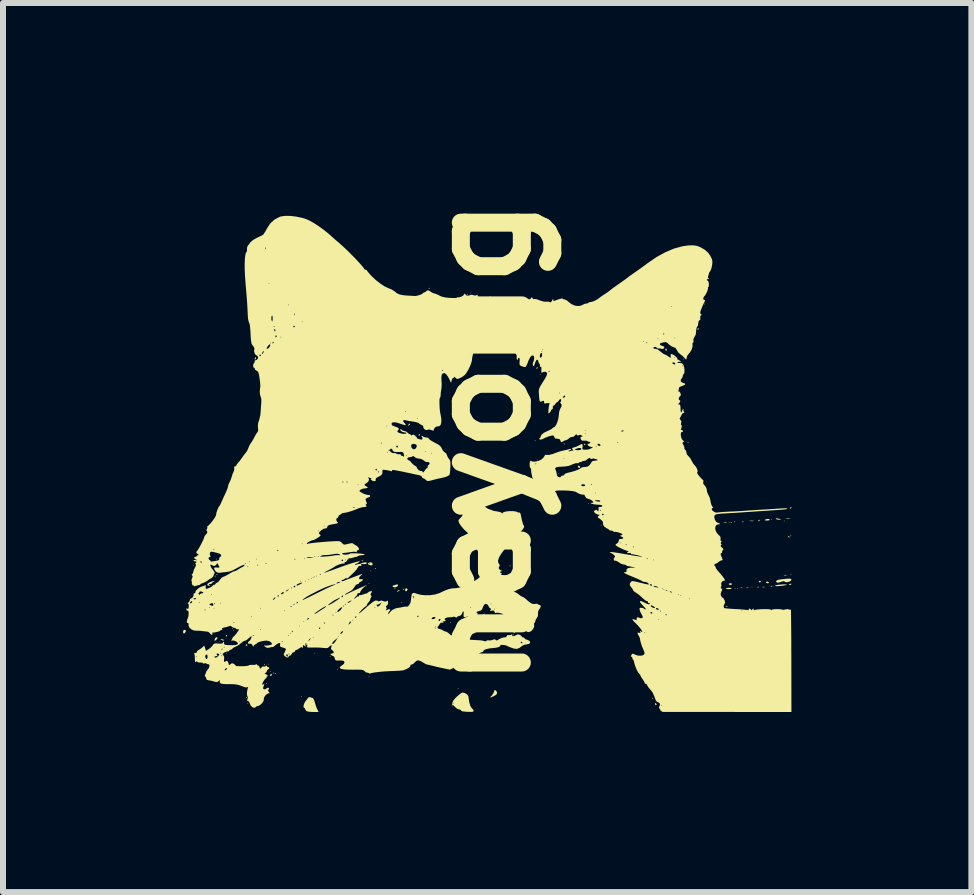
<source format=kicad_pcb>
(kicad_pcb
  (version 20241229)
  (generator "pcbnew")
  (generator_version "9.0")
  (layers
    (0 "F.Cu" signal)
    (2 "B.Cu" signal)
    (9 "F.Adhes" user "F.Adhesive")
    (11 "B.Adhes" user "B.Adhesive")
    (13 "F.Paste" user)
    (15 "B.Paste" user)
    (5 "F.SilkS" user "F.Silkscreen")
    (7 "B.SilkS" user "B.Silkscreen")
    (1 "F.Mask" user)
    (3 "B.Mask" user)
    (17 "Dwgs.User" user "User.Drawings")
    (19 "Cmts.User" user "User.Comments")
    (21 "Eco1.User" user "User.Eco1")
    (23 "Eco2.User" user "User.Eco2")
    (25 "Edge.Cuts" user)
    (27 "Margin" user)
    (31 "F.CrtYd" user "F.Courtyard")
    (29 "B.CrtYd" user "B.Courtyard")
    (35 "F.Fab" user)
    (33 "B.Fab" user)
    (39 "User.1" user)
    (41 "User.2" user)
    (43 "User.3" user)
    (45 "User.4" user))
  (footprint "nayong"
    (layer "F.Cu")
    (at 4.956 4.325)
    (property "Reference" "nayong" (at 0 0 90) (layer "F.SilkS") (effects (font (size 1.524 1.524) (thickness 0.3))))
    (attr through_hole)
    (fp_poly (pts (xy -4.772 2.054) (xy -4.779 2.061) (xy -4.786 2.054) (xy -4.779 2.047)) (stroke (width 0) (type solid)) (fill yes) (layer "F.SilkS"))
    (fp_poly (pts (xy -4.391 1.941) (xy -4.398 1.948) (xy -4.405 1.941) (xy -4.398 1.934)) (stroke (width 0) (type solid)) (fill yes) (layer "F.SilkS"))
    (fp_poly (pts (xy -4.335 3.311) (xy -4.342 3.318) (xy -4.349 3.311) (xy -4.342 3.304)) (stroke (width 0) (type solid)) (fill yes) (layer "F.SilkS"))
    (fp_poly (pts (xy -4.222 3.509) (xy -4.229 3.516) (xy -4.236 3.509) (xy -4.229 3.502)) (stroke (width 0) (type solid)) (fill yes) (layer "F.SilkS"))
    (fp_poly (pts (xy -4.123 3.099) (xy -4.13 3.106) (xy -4.137 3.099) (xy -4.13 3.092)) (stroke (width 0) (type solid)) (fill yes) (layer "F.SilkS"))
    (fp_poly (pts (xy -4.109 3.127) (xy -4.116 3.134) (xy -4.123 3.127) (xy -4.116 3.12)) (stroke (width 0) (type solid)) (fill yes) (layer "F.SilkS"))
    (fp_poly (pts (xy -3.967 3.339) (xy -3.974 3.346) (xy -3.982 3.339) (xy -3.974 3.332)) (stroke (width 0) (type solid)) (fill yes) (layer "F.SilkS"))
    (fp_poly (pts (xy -3.869 4.342) (xy -3.876 4.349) (xy -3.883 4.342) (xy -3.876 4.335)) (stroke (width 0) (type solid)) (fill yes) (layer "F.SilkS"))
    (fp_poly (pts (xy -3.558 4.017) (xy -3.565 4.024) (xy -3.572 4.017) (xy -3.565 4.01)) (stroke (width 0) (type solid)) (fill yes) (layer "F.SilkS"))
    (fp_poly (pts (xy -3.53 3.692) (xy -3.537 3.699) (xy -3.544 3.692) (xy -3.537 3.685)) (stroke (width 0) (type solid)) (fill yes) (layer "F.SilkS"))
    (fp_poly (pts (xy -3.487 3.819) (xy -3.494 3.826) (xy -3.502 3.819) (xy -3.494 3.812)) (stroke (width 0) (type solid)) (fill yes) (layer "F.SilkS"))
    (fp_poly (pts (xy -2.979 4.229) (xy -2.986 4.236) (xy -2.993 4.229) (xy -2.986 4.222)) (stroke (width 0) (type solid)) (fill yes) (layer "F.SilkS"))
    (fp_poly (pts (xy -2.753 3.509) (xy -2.76 3.516) (xy -2.767 3.509) (xy -2.76 3.502)) (stroke (width 0) (type solid)) (fill yes) (layer "F.SilkS"))
    (fp_poly (pts (xy -2.499 3.565) (xy -2.506 3.572) (xy -2.513 3.565) (xy -2.506 3.558)) (stroke (width 0) (type solid)) (fill yes) (layer "F.SilkS"))
    (fp_poly (pts (xy -2.372 3.777) (xy -2.379 3.784) (xy -2.386 3.777) (xy -2.379 3.77)) (stroke (width 0) (type solid)) (fill yes) (layer "F.SilkS"))
    (fp_poly (pts (xy -2.188 1.955) (xy -2.195 1.963) (xy -2.203 1.955) (xy -2.195 1.948)) (stroke (width 0) (type solid)) (fill yes) (layer "F.SilkS"))
    (fp_poly (pts (xy -1.85 2.351) (xy -1.857 2.358) (xy -1.864 2.351) (xy -1.857 2.344)) (stroke (width 0) (type solid)) (fill yes) (layer "F.SilkS"))
    (fp_poly (pts (xy -1.85 3.904) (xy -1.857 3.911) (xy -1.864 3.904) (xy -1.857 3.897)) (stroke (width 0) (type solid)) (fill yes) (layer "F.SilkS"))
    (fp_poly (pts (xy -1.821 2.139) (xy -1.828 2.146) (xy -1.835 2.139) (xy -1.828 2.132)) (stroke (width 0) (type solid)) (fill yes) (layer "F.SilkS"))
    (fp_poly (pts (xy -1.313 2.661) (xy -1.32 2.668) (xy -1.327 2.661) (xy -1.32 2.654)) (stroke (width 0) (type solid)) (fill yes) (layer "F.SilkS"))
    (fp_poly (pts (xy -0.494 3) (xy -0.501 3.007) (xy -0.508 3) (xy -0.501 2.993)) (stroke (width 0) (type solid)) (fill yes) (layer "F.SilkS"))
    (fp_poly (pts (xy -0.367 4.102) (xy -0.374 4.109) (xy -0.381 4.102) (xy -0.374 4.094)) (stroke (width 0) (type solid)) (fill yes) (layer "F.SilkS"))
    (fp_poly (pts (xy -0.155 -2.492) (xy -0.162 -2.485) (xy -0.169 -2.492) (xy -0.162 -2.499)) (stroke (width 0) (type solid)) (fill yes) (layer "F.SilkS"))
    (fp_poly (pts (xy 0.353 2.224) (xy 0.346 2.231) (xy 0.339 2.224) (xy 0.346 2.217)) (stroke (width 0) (type solid)) (fill yes) (layer "F.SilkS"))
    (fp_poly (pts (xy 0.918 -0.035) (xy 0.911 -0.028) (xy 0.904 -0.035) (xy 0.911 -0.042)) (stroke (width 0) (type solid)) (fill yes) (layer "F.SilkS"))
    (fp_poly (pts (xy 0.96 0.289) (xy 0.953 0.296) (xy 0.946 0.289) (xy 0.953 0.282)) (stroke (width 0) (type solid)) (fill yes) (layer "F.SilkS"))
    (fp_poly (pts (xy 1.002 -1.137) (xy 0.995 -1.13) (xy 0.988 -1.137) (xy 0.995 -1.144)) (stroke (width 0) (type solid)) (fill yes) (layer "F.SilkS"))
    (fp_poly (pts (xy 1.313 0.515) (xy 1.306 0.522) (xy 1.299 0.515) (xy 1.306 0.508)) (stroke (width 0) (type solid)) (fill yes) (layer "F.SilkS"))
    (fp_poly (pts (xy 1.807 1.01) (xy 1.8 1.017) (xy 1.793 1.01) (xy 1.8 1.002)) (stroke (width 0) (type solid)) (fill yes) (layer "F.SilkS"))
    (fp_poly (pts (xy 2.019 1.377) (xy 2.012 1.384) (xy 2.005 1.377) (xy 2.012 1.37)) (stroke (width 0) (type solid)) (fill yes) (layer "F.SilkS"))
    (fp_poly (pts (xy 3.007 4.469) (xy 3 4.476) (xy 2.993 4.469) (xy 3 4.462)) (stroke (width 0) (type solid)) (fill yes) (layer "F.SilkS"))
    (fp_poly (pts (xy 3.389 -1.391) (xy 3.381 -1.384) (xy 3.374 -1.391) (xy 3.381 -1.398)) (stroke (width 0) (type solid)) (fill yes) (layer "F.SilkS"))
    (fp_poly (pts (xy 3.742 -2.308) (xy 3.734 -2.301) (xy 3.727 -2.308) (xy 3.734 -2.316)) (stroke (width 0) (type solid)) (fill yes) (layer "F.SilkS"))
    (fp_poly (pts (xy 4.151 1.334) (xy 4.144 1.341) (xy 4.137 1.334) (xy 4.144 1.327)) (stroke (width 0) (type solid)) (fill yes) (layer "F.SilkS"))
    (fp_poly (pts (xy 4.25 2.436) (xy 4.243 2.443) (xy 4.236 2.436) (xy 4.243 2.428)) (stroke (width 0) (type solid)) (fill yes) (layer "F.SilkS"))
    (fp_poly (pts (xy 4.292 2.436) (xy 4.285 2.443) (xy 4.278 2.436) (xy 4.285 2.428)) (stroke (width 0) (type solid)) (fill yes) (layer "F.SilkS"))
    (fp_poly (pts (xy 4.532 2.407) (xy 4.525 2.414) (xy 4.518 2.407) (xy 4.525 2.4)) (stroke (width 0) (type solid)) (fill yes) (layer "F.SilkS"))
    (fp_poly (pts (xy 4.857 1.278) (xy 4.85 1.285) (xy 4.843 1.278) (xy 4.85 1.271)) (stroke (width 0) (type solid)) (fill yes) (layer "F.SilkS"))
    (fp_poly (pts (xy 5.069 1.306) (xy 5.062 1.313) (xy 5.055 1.306) (xy 5.062 1.299)) (stroke (width 0) (type solid)) (fill yes) (layer "F.SilkS"))
    (fp_poly (pts (xy 5.182 2.195) (xy 5.175 2.203) (xy 5.168 2.195) (xy 5.175 2.188)) (stroke (width 0) (type solid)) (fill yes) (layer "F.SilkS"))
    (fp_poly (pts (xy -4.41 2.221) (xy -4.412 2.23) (xy -4.419 2.231) (xy -4.431 2.226) (xy -4.429 2.221) (xy -4.412 2.22)) (stroke (width 0) (type solid)) (fill yes) (layer "F.SilkS"))
    (fp_poly (pts (xy -4.382 2.193) (xy -4.384 2.202) (xy -4.391 2.203) (xy -4.403 2.197) (xy -4.4 2.193) (xy -4.384 2.191)) (stroke (width 0) (type solid)) (fill yes) (layer "F.SilkS"))
    (fp_poly (pts (xy -3.887 4.24) (xy -3.889 4.249) (xy -3.897 4.25) (xy -3.908 4.245) (xy -3.906 4.24) (xy -3.889 4.239)) (stroke (width 0) (type solid)) (fill yes) (layer "F.SilkS"))
    (fp_poly (pts (xy -3.591 3.69) (xy -3.589 3.707) (xy -3.591 3.709) (xy -3.599 3.707) (xy -3.6 3.699) (xy -3.595 3.688)) (stroke (width 0) (type solid)) (fill yes) (layer "F.SilkS"))
    (fp_poly (pts (xy -3.45 3.831) (xy -3.448 3.848) (xy -3.45 3.85) (xy -3.458 3.848) (xy -3.459 3.84) (xy -3.454 3.829)) (stroke (width 0) (type solid)) (fill yes) (layer "F.SilkS"))
    (fp_poly (pts (xy -3.407 3.845) (xy -3.409 3.853) (xy -3.417 3.854) (xy -3.428 3.849) (xy -3.426 3.845) (xy -3.409 3.843)) (stroke (width 0) (type solid)) (fill yes) (layer "F.SilkS"))
    (fp_poly (pts (xy -1.952 1.968) (xy -1.956 1.975) (xy -1.971 1.976) (xy -1.986 1.972) (xy -1.979 1.967) (xy -1.957 1.965)) (stroke (width 0) (type solid)) (fill yes) (layer "F.SilkS"))
    (fp_poly (pts (xy -1.741 2.094) (xy -1.743 2.103) (xy -1.751 2.104) (xy -1.762 2.099) (xy -1.76 2.094) (xy -1.743 2.093)) (stroke (width 0) (type solid)) (fill yes) (layer "F.SilkS"))
    (fp_poly (pts (xy -1.417 2.433) (xy -1.419 2.442) (xy -1.426 2.443) (xy -1.438 2.437) (xy -1.435 2.433) (xy -1.419 2.431)) (stroke (width 0) (type solid)) (fill yes) (layer "F.SilkS"))
    (fp_poly (pts (xy -0.852 -2.579) (xy -0.85 -2.562) (xy -0.852 -2.56) (xy -0.86 -2.562) (xy -0.861 -2.57) (xy -0.856 -2.581)) (stroke (width 0) (type solid)) (fill yes) (layer "F.SilkS"))
    (fp_poly (pts (xy -0.216 -2.48) (xy -0.215 -2.463) (xy -0.216 -2.461) (xy -0.225 -2.463) (xy -0.226 -2.471) (xy -0.221 -2.482)) (stroke (width 0) (type solid)) (fill yes) (layer "F.SilkS"))
    (fp_poly (pts (xy -0.188 2.927) (xy -0.19 2.936) (xy -0.198 2.937) (xy -0.209 2.932) (xy -0.207 2.927) (xy -0.19 2.926)) (stroke (width 0) (type solid)) (fill yes) (layer "F.SilkS"))
    (fp_poly (pts (xy 0.504 2.052) (xy 0.502 2.06) (xy 0.494 2.061) (xy 0.483 2.056) (xy 0.485 2.052) (xy 0.502 2.05)) (stroke (width 0) (type solid)) (fill yes) (layer "F.SilkS"))
    (fp_poly (pts (xy 0.56 3.196) (xy 0.562 3.212) (xy 0.56 3.214) (xy 0.552 3.212) (xy 0.551 3.205) (xy 0.556 3.193)) (stroke (width 0) (type solid)) (fill yes) (layer "F.SilkS"))
    (fp_poly (pts (xy 1.407 0.019) (xy 1.405 0.027) (xy 1.398 0.028) (xy 1.386 0.023) (xy 1.388 0.019) (xy 1.405 0.017)) (stroke (width 0) (type solid)) (fill yes) (layer "F.SilkS"))
    (fp_poly (pts (xy 2.876 4.255) (xy 2.877 4.271) (xy 2.876 4.273) (xy 2.867 4.271) (xy 2.866 4.264) (xy 2.871 4.252)) (stroke (width 0) (type solid)) (fill yes) (layer "F.SilkS"))
    (fp_poly (pts (xy 3.469 -0.009) (xy 3.467 -0.001) (xy 3.459 0) (xy 3.448 -0.005) (xy 3.45 -0.009) (xy 3.466 -0.011)) (stroke (width 0) (type solid)) (fill yes) (layer "F.SilkS"))
    (fp_poly (pts (xy 4.119 2.731) (xy 4.115 2.737) (xy 4.1 2.738) (xy 4.085 2.735) (xy 4.092 2.729) (xy 4.114 2.728)) (stroke (width 0) (type solid)) (fill yes) (layer "F.SilkS"))
    (fp_poly (pts (xy 4.189 1.332) (xy 4.187 1.34) (xy 4.179 1.341) (xy 4.168 1.336) (xy 4.17 1.332) (xy 4.187 1.33)) (stroke (width 0) (type solid)) (fill yes) (layer "F.SilkS"))
    (fp_poly (pts (xy 4.245 1.318) (xy 4.243 1.326) (xy 4.236 1.327) (xy 4.224 1.322) (xy 4.226 1.318) (xy 4.243 1.316)) (stroke (width 0) (type solid)) (fill yes) (layer "F.SilkS"))
    (fp_poly (pts (xy 4.366 2.419) (xy 4.368 2.424) (xy 4.349 2.426) (xy 4.329 2.424) (xy 4.331 2.419) (xy 4.36 2.417)) (stroke (width 0) (type solid)) (fill yes) (layer "F.SilkS"))
    (fp_poly (pts (xy 4.387 1.319) (xy 4.383 1.325) (xy 4.369 1.326) (xy 4.354 1.323) (xy 4.36 1.318) (xy 4.382 1.316)) (stroke (width 0) (type solid)) (fill yes) (layer "F.SilkS"))
    (fp_poly (pts (xy 4.465 2.419) (xy 4.467 2.424) (xy 4.447 2.426) (xy 4.427 2.424) (xy 4.43 2.419) (xy 4.459 2.417)) (stroke (width 0) (type solid)) (fill yes) (layer "F.SilkS"))
    (fp_poly (pts (xy 4.641 2.406) (xy 4.637 2.412) (xy 4.623 2.413) (xy 4.608 2.41) (xy 4.614 2.405) (xy 4.636 2.403)) (stroke (width 0) (type solid)) (fill yes) (layer "F.SilkS"))
    (fp_poly (pts (xy 4.733 2.405) (xy 4.735 2.41) (xy 4.716 2.412) (xy 4.696 2.41) (xy 4.698 2.405) (xy 4.727 2.403)) (stroke (width 0) (type solid)) (fill yes) (layer "F.SilkS"))
    (fp_poly (pts (xy 4.867 2.392) (xy 4.863 2.398) (xy 4.849 2.399) (xy 4.834 2.396) (xy 4.84 2.391) (xy 4.862 2.389)) (stroke (width 0) (type solid)) (fill yes) (layer "F.SilkS"))
    (fp_poly (pts (xy 5.177 1.544) (xy 5.179 1.56) (xy 5.177 1.562) (xy 5.169 1.561) (xy 5.168 1.553) (xy 5.173 1.541)) (stroke (width 0) (type solid)) (fill yes) (layer "F.SilkS"))
    (fp_poly (pts (xy -3.474 3.862) (xy -3.479 3.878) (xy -3.494 3.888) (xy -3.508 3.887) (xy -3.506 3.875) (xy -3.492 3.857) (xy -3.486 3.854)) (stroke (width 0) (type solid)) (fill yes) (layer "F.SilkS"))
    (fp_poly (pts (xy -1.287 2.434) (xy -1.272 2.447) (xy -1.271 2.45) (xy -1.277 2.456) (xy -1.291 2.443) (xy -1.293 2.44) (xy -1.295 2.431)) (stroke (width 0) (type solid)) (fill yes) (layer "F.SilkS"))
    (fp_poly (pts (xy -1.175 -0.303) (xy -1.189 -0.287) (xy -1.202 -0.282) (xy -1.205 -0.29) (xy -1.197 -0.302) (xy -1.18 -0.316) (xy -1.174 -0.317)) (stroke (width 0) (type solid)) (fill yes) (layer "F.SilkS"))
    (fp_poly (pts (xy 1.659 0.399) (xy 1.661 0.415) (xy 1.646 0.424) (xy 1.627 0.412) (xy 1.624 0.401) (xy 1.632 0.385) (xy 1.64 0.384)) (stroke (width 0) (type solid)) (fill yes) (layer "F.SilkS"))
    (fp_poly (pts (xy 3.105 -1.55) (xy 3.103 -1.537) (xy 3.095 -1.526) (xy 3.086 -1.537) (xy 3.081 -1.558) (xy 3.084 -1.563) (xy 3.098 -1.566)) (stroke (width 0) (type solid)) (fill yes) (layer "F.SilkS"))
    (fp_poly (pts (xy -4.222 3.216) (xy -4.222 3.219) (xy -4.232 3.233) (xy -4.237 3.233) (xy -4.245 3.225) (xy -4.243 3.219) (xy -4.23 3.206) (xy -4.228 3.205)) (stroke (width 0) (type solid)) (fill yes) (layer "F.SilkS"))
    (fp_poly (pts (xy -3.883 3.371) (xy -3.883 3.374) (xy -3.893 3.388) (xy -3.897 3.389) (xy -3.911 3.378) (xy -3.911 3.374) (xy -3.9 3.361) (xy -3.897 3.36)) (stroke (width 0) (type solid)) (fill yes) (layer "F.SilkS"))
    (fp_poly (pts (xy -3.742 -1.414) (xy -3.742 -1.405) (xy -3.749 -1.386) (xy -3.755 -1.384) (xy -3.763 -1.394) (xy -3.761 -1.405) (xy -3.751 -1.423) (xy -3.747 -1.426)) (stroke (width 0) (type solid)) (fill yes) (layer "F.SilkS"))
    (fp_poly (pts (xy -1.346 2.463) (xy -1.355 2.471) (xy -1.381 2.483) (xy -1.391 2.485) (xy -1.393 2.479) (xy -1.384 2.471) (xy -1.358 2.459) (xy -1.348 2.457)) (stroke (width 0) (type solid)) (fill yes) (layer "F.SilkS"))
    (fp_poly (pts (xy -1.217 2.439) (xy -1.214 2.448) (xy -1.226 2.47) (xy -1.235 2.476) (xy -1.253 2.474) (xy -1.257 2.456) (xy -1.248 2.434) (xy -1.235 2.428)) (stroke (width 0) (type solid)) (fill yes) (layer "F.SilkS"))
    (fp_poly (pts (xy -1.007 -0.133) (xy -1.01 -0.127) (xy -1.022 -0.114) (xy -1.024 -0.113) (xy -1.031 -0.124) (xy -1.031 -0.127) (xy -1.02 -0.141) (xy -1.016 -0.141)) (stroke (width 0) (type solid)) (fill yes) (layer "F.SilkS"))
    (fp_poly (pts (xy -0.203 3.058) (xy -0.205 3.064) (xy -0.217 3.077) (xy -0.22 3.078) (xy -0.226 3.067) (xy -0.226 3.064) (xy -0.215 3.05) (xy -0.211 3.05)) (stroke (width 0) (type solid)) (fill yes) (layer "F.SilkS"))
    (fp_poly (pts (xy 0.07 2.863) (xy 0.071 2.866) (xy 0.06 2.88) (xy 0.056 2.88) (xy 0.047 2.872) (xy 0.049 2.866) (xy 0.062 2.853) (xy 0.064 2.852)) (stroke (width 0) (type solid)) (fill yes) (layer "F.SilkS"))
    (fp_poly (pts (xy 0.55 3.128) (xy 0.56 3.138) (xy 0.577 3.161) (xy 0.572 3.17) (xy 0.554 3.167) (xy 0.539 3.149) (xy 0.537 3.137) (xy 0.539 3.122)) (stroke (width 0) (type solid)) (fill yes) (layer "F.SilkS"))
    (fp_poly (pts (xy 0.955 -1.248) (xy 0.953 -1.242) (xy 0.94 -1.229) (xy 0.938 -1.228) (xy 0.932 -1.239) (xy 0.932 -1.242) (xy 0.943 -1.256) (xy 0.947 -1.257)) (stroke (width 0) (type solid)) (fill yes) (layer "F.SilkS"))
    (fp_poly (pts (xy 1.737 0.021) (xy 1.75 0.034) (xy 1.751 0.036) (xy 1.74 0.042) (xy 1.737 0.042) (xy 1.723 0.032) (xy 1.723 0.027) (xy 1.731 0.019)) (stroke (width 0) (type solid)) (fill yes) (layer "F.SilkS"))
    (fp_poly (pts (xy 2.923 4.342) (xy 2.936 4.36) (xy 2.937 4.364) (xy 2.926 4.376) (xy 2.923 4.377) (xy 2.91 4.365) (xy 2.909 4.355) (xy 2.915 4.34)) (stroke (width 0) (type solid)) (fill yes) (layer "F.SilkS"))
    (fp_poly (pts (xy 3.638 -1.897) (xy 3.636 -1.892) (xy 3.623 -1.878) (xy 3.621 -1.878) (xy 3.615 -1.889) (xy 3.614 -1.892) (xy 3.625 -1.906) (xy 3.629 -1.906)) (stroke (width 0) (type solid)) (fill yes) (layer "F.SilkS"))
    (fp_poly (pts (xy 4.105 1.332) (xy 4.109 1.336) (xy 4.09 1.338) (xy 4.08 1.338) (xy 4.055 1.337) (xy 4.052 1.333) (xy 4.056 1.332) (xy 4.091 1.329)) (stroke (width 0) (type solid)) (fill yes) (layer "F.SilkS"))
    (fp_poly (pts (xy 4.188 2.35) (xy 4.193 2.358) (xy 4.182 2.369) (xy 4.165 2.372) (xy 4.142 2.366) (xy 4.137 2.358) (xy 4.149 2.346) (xy 4.165 2.344)) (stroke (width 0) (type solid)) (fill yes) (layer "F.SilkS"))
    (fp_poly (pts (xy 4.55 1.303) (xy 4.557 1.307) (xy 4.539 1.309) (xy 4.518 1.309) (xy 4.488 1.308) (xy 4.479 1.305) (xy 4.486 1.303) (xy 4.527 1.301)) (stroke (width 0) (type solid)) (fill yes) (layer "F.SilkS"))
    (fp_poly (pts (xy 4.654 1.293) (xy 4.652 1.299) (xy 4.64 1.312) (xy 4.637 1.313) (xy 4.631 1.302) (xy 4.631 1.299) (xy 4.642 1.285) (xy 4.646 1.285)) (stroke (width 0) (type solid)) (fill yes) (layer "F.SilkS"))
    (fp_poly (pts (xy 4.673 2.312) (xy 4.673 2.316) (xy 4.662 2.328) (xy 4.651 2.33) (xy 4.637 2.323) (xy 4.638 2.316) (xy 4.656 2.302) (xy 4.66 2.301)) (stroke (width 0) (type solid)) (fill yes) (layer "F.SilkS"))
    (fp_poly (pts (xy 4.802 2.324) (xy 4.808 2.33) (xy 4.803 2.341) (xy 4.787 2.344) (xy 4.764 2.338) (xy 4.758 2.33) (xy 4.769 2.317) (xy 4.778 2.316)) (stroke (width 0) (type solid)) (fill yes) (layer "F.SilkS"))
    (fp_poly (pts (xy 5.101 2.207) (xy 5.101 2.212) (xy 5.079 2.214) (xy 5.076 2.214) (xy 5.054 2.212) (xy 5.056 2.208) (xy 5.058 2.207) (xy 5.089 2.205)) (stroke (width 0) (type solid)) (fill yes) (layer "F.SilkS"))
    (fp_poly (pts (xy 5.139 1.56) (xy 5.153 1.573) (xy 5.153 1.575) (xy 5.142 1.581) (xy 5.139 1.581) (xy 5.126 1.57) (xy 5.125 1.566) (xy 5.134 1.558)) (stroke (width 0) (type solid)) (fill yes) (layer "F.SilkS"))
    (fp_poly (pts (xy 5.157 1.261) (xy 5.164 1.264) (xy 5.146 1.266) (xy 5.125 1.267) (xy 5.095 1.266) (xy 5.086 1.263) (xy 5.093 1.261) (xy 5.135 1.258)) (stroke (width 0) (type solid)) (fill yes) (layer "F.SilkS"))
    (fp_poly (pts (xy 5.181 1.084) (xy 5.182 1.087) (xy 5.171 1.101) (xy 5.167 1.101) (xy 5.158 1.093) (xy 5.16 1.087) (xy 5.173 1.074) (xy 5.175 1.073)) (stroke (width 0) (type solid)) (fill yes) (layer "F.SilkS"))
    (fp_poly (pts (xy 5.182 2.358) (xy 5.17 2.37) (xy 5.16 2.372) (xy 5.142 2.369) (xy 5.139 2.366) (xy 5.15 2.357) (xy 5.16 2.353) (xy 5.179 2.352)) (stroke (width 0) (type solid)) (fill yes) (layer "F.SilkS"))
    (fp_poly (pts (xy -4.391 3.246) (xy -4.38 3.255) (xy -4.388 3.271) (xy -4.402 3.286) (xy -4.423 3.302) (xy -4.432 3.301) (xy -4.432 3.3) (xy -4.424 3.264) (xy -4.405 3.245)) (stroke (width 0) (type solid)) (fill yes) (layer "F.SilkS"))
    (fp_poly (pts (xy -4.285 3.281) (xy -4.278 3.29) (xy -4.281 3.303) (xy -4.282 3.303) (xy -4.296 3.297) (xy -4.313 3.29) (xy -4.332 3.28) (xy -4.325 3.277) (xy -4.31 3.277)) (stroke (width 0) (type solid)) (fill yes) (layer "F.SilkS"))
    (fp_poly (pts (xy 4.168 2.422) (xy 4.188 2.433) (xy 4.182 2.439) (xy 4.154 2.442) (xy 4.136 2.442) (xy 4.099 2.44) (xy 4.088 2.436) (xy 4.097 2.428) (xy 4.131 2.419)) (stroke (width 0) (type solid)) (fill yes) (layer "F.SilkS"))
    (fp_poly (pts (xy 4.809 1.275) (xy 4.822 1.285) (xy 4.815 1.294) (xy 4.786 1.299) (xy 4.777 1.299) (xy 4.744 1.297) (xy 4.737 1.291) (xy 4.744 1.285) (xy 4.778 1.272)) (stroke (width 0) (type solid)) (fill yes) (layer "F.SilkS"))
    (fp_poly (pts (xy -4.913 3.127) (xy -4.908 3.131) (xy -4.91 3.148) (xy -4.922 3.169) (xy -4.938 3.182) (xy -4.947 3.181) (xy -4.956 3.159) (xy -4.952 3.134) (xy -4.937 3.12) (xy -4.935 3.12)) (stroke (width 0) (type solid)) (fill yes) (layer "F.SilkS"))
    (fp_poly (pts (xy 4.954 1.265) (xy 4.959 1.266) (xy 4.998 1.275) (xy 5.009 1.281) (xy 4.993 1.284) (xy 4.973 1.285) (xy 4.94 1.281) (xy 4.921 1.271) (xy 4.921 1.271) (xy 4.926 1.263)) (stroke (width 0) (type solid)) (fill yes) (layer "F.SilkS"))
    (fp_poly (pts (xy -1.37 2.37) (xy -1.37 2.37) (xy -1.381 2.394) (xy -1.408 2.409) (xy -1.438 2.413) (xy -1.461 2.401) (xy -1.461 2.4) (xy -1.464 2.386) (xy -1.462 2.384) (xy -1.429 2.376) (xy -1.422 2.373) (xy -1.404 2.366) (xy -1.381 2.365)) (stroke (width 0) (type solid)) (fill yes) (layer "F.SilkS"))
    (fp_poly (pts (xy 5.102 2.366) (xy 5.102 2.371) (xy 5.079 2.378) (xy 5.036 2.385) (xy 4.986 2.39) (xy 4.934 2.393) (xy 4.91 2.39) (xy 4.91 2.384) (xy 4.93 2.376) (xy 4.971 2.369) (xy 5.022 2.365) (xy 5.028 2.364) (xy 5.078 2.363)) (stroke (width 0) (type solid)) (fill yes) (layer "F.SilkS"))
    (fp_poly (pts (xy 0.25 4.127) (xy 0.268 4.144) (xy 0.279 4.174) (xy 0.263 4.202) (xy 0.219 4.228) (xy 0.218 4.228) (xy 0.178 4.244) (xy 0.162 4.247) (xy 0.168 4.237) (xy 0.19 4.214) (xy 0.214 4.182) (xy 0.226 4.153) (xy 0.226 4.15) (xy 0.233 4.126)) (stroke (width 0) (type solid)) (fill yes) (layer "F.SilkS"))
    (fp_poly (pts (xy -0.098 2.98) (xy -0.098 2.983) (xy -0.099 3.004) (xy -0.099 3.028) (xy -0.11 3.063) (xy -0.127 3.078) (xy -0.149 3.086) (xy -0.155 3.075) (xy -0.155 3.073) (xy -0.166 3.05) (xy -0.173 3.046) (xy -0.177 3.037) (xy -0.159 3.023) (xy -0.135 3.003) (xy -0.127 2.984) (xy -0.119 2.968) (xy -0.112 2.968)) (stroke (width 0) (type solid)) (fill yes) (layer "F.SilkS"))
    (fp_poly (pts (xy -4.426 2.307) (xy -4.444 2.317) (xy -4.468 2.334) (xy -4.476 2.346) (xy -4.488 2.355) (xy -4.507 2.358) (xy -4.528 2.36) (xy -4.523 2.369) (xy -4.518 2.372) (xy -4.505 2.383) (xy -4.518 2.386) (xy -4.521 2.386) (xy -4.546 2.379) (xy -4.553 2.373) (xy -4.549 2.356) (xy -4.525 2.336) (xy -4.488 2.319) (xy -4.455 2.309) (xy -4.427 2.304)) (stroke (width 0) (type solid)) (fill yes) (layer "F.SilkS"))
    (fp_poly (pts (xy -1.805 2.005) (xy -1.796 2.023) (xy -1.802 2.042) (xy -1.825 2.047) (xy -1.857 2.037) (xy -1.864 2.033) (xy -1.878 2.02) (xy -1.877 2.019) (xy -1.85 2.019) (xy -1.844 2.031) (xy -1.84 2.028) (xy -1.838 2.012) (xy -1.84 2.01) (xy -1.849 2.012) (xy -1.85 2.019) (xy -1.877 2.019) (xy -1.867 2.007) (xy -1.864 2.005) (xy -1.831 1.994)) (stroke (width 0) (type solid)) (fill yes) (layer "F.SilkS"))
    (fp_poly (pts (xy 5.173 2.271) (xy 5.181 2.28) (xy 5.182 2.287) (xy 5.169 2.306) (xy 5.14 2.32) (xy 5.106 2.327) (xy 5.078 2.323) (xy 5.069 2.316) (xy 5.052 2.309) (xy 5.018 2.318) (xy 5.011 2.32) (xy 4.975 2.332) (xy 4.948 2.334) (xy 4.945 2.334) (xy 4.926 2.319) (xy 4.931 2.303) (xy 4.956 2.289) (xy 4.988 2.282) (xy 5.065 2.273) (xy 5.119 2.268) (xy 5.154 2.267)) (stroke (width 0) (type solid)) (fill yes) (layer "F.SilkS"))
    (fp_poly (pts (xy -2.84 4.243) (xy -2.808 4.253) (xy -2.796 4.256) (xy -2.781 4.271) (xy -2.766 4.307) (xy -2.76 4.329) (xy -2.745 4.381) (xy -2.727 4.429) (xy -2.72 4.444) (xy -2.696 4.49) (xy -2.792 4.489) (xy -2.857 4.486) (xy -2.896 4.475) (xy -2.905 4.469) (xy -2.92 4.445) (xy -2.923 4.434) (xy -2.934 4.42) (xy -2.939 4.419) (xy -2.948 4.408) (xy -2.947 4.381) (xy -2.937 4.348) (xy -2.922 4.319) (xy -2.916 4.311) (xy -2.891 4.28) (xy -2.879 4.262) (xy -2.858 4.241)) (stroke (width 0) (type solid)) (fill yes) (layer "F.SilkS"))
    (fp_poly (pts (xy -0.259 4.174) (xy -0.224 4.196) (xy -0.203 4.222) (xy -0.201 4.229) (xy -0.188 4.319) (xy -0.17 4.383) (xy -0.149 4.422) (xy -0.142 4.429) (xy -0.119 4.452) (xy -0.113 4.47) (xy -0.119 4.482) (xy -0.141 4.488) (xy -0.184 4.488) (xy -0.194 4.488) (xy -0.243 4.485) (xy -0.283 4.481) (xy -0.3 4.479) (xy -0.321 4.468) (xy -0.325 4.461) (xy -0.337 4.45) (xy -0.354 4.447) (xy -0.382 4.438) (xy -0.416 4.413) (xy -0.424 4.405) (xy -0.449 4.378) (xy -0.462 4.372) (xy -0.468 4.382) (xy -0.47 4.394) (xy -0.473 4.401) (xy -0.473 4.384) (xy -0.471 4.364) (xy -0.468 4.342) (xy -0.452 4.342) (xy -0.445 4.349) (xy -0.438 4.342) (xy -0.445 4.335) (xy -0.452 4.342) (xy -0.468 4.342) (xy -0.465 4.328) (xy -0.451 4.297) (xy -0.424 4.264) (xy -0.393 4.234) (xy -0.354 4.2) (xy -0.32 4.175) (xy -0.298 4.165) (xy -0.298 4.165)) (stroke (width 0) (type solid)) (fill yes) (layer "F.SilkS"))
    (fp_poly (pts (xy -3.163 -3.777) (xy -3.066 -3.765) (xy -2.968 -3.744) (xy -2.898 -3.722) (xy -2.841 -3.695) (xy -2.771 -3.655) (xy -2.693 -3.604) (xy -2.615 -3.548) (xy -2.544 -3.491) (xy -2.513 -3.465) (xy -2.458 -3.415) (xy -2.398 -3.363) (xy -2.345 -3.318) (xy -2.341 -3.314) (xy -2.295 -3.273) (xy -2.24 -3.222) (xy -2.182 -3.165) (xy -2.122 -3.105) (xy -2.065 -3.046) (xy -2.015 -2.991) (xy -1.974 -2.945) (xy -1.946 -2.91) (xy -1.935 -2.892) (xy -1.935 -2.891) (xy -1.923 -2.881) (xy -1.913 -2.88) (xy -1.894 -2.874) (xy -1.892 -2.869) (xy -1.883 -2.854) (xy -1.858 -2.824) (xy -1.824 -2.786) (xy -1.811 -2.772) (xy -1.742 -2.707) (xy -1.668 -2.649) (xy -1.596 -2.602) (xy -1.532 -2.572) (xy -1.519 -2.568) (xy -1.475 -2.549) (xy -1.431 -2.52) (xy -1.425 -2.514) (xy -1.388 -2.486) (xy -1.346 -2.468) (xy -1.291 -2.456) (xy -1.215 -2.449) (xy -1.207 -2.449) (xy -1.156 -2.446) (xy -1.114 -2.444) (xy -1.094 -2.442) (xy -1.064 -2.445) (xy -1.026 -2.455) (xy -0.99 -2.468) (xy -0.965 -2.482) (xy -0.96 -2.488) (xy -0.949 -2.498) (xy -0.944 -2.499) (xy -0.921 -2.508) (xy -0.901 -2.523) (xy -0.882 -2.537) (xy -0.864 -2.536) (xy -0.837 -2.518) (xy -0.833 -2.516) (xy -0.8 -2.495) (xy -0.772 -2.485) (xy -0.769 -2.485) (xy -0.744 -2.478) (xy -0.706 -2.462) (xy -0.687 -2.451) (xy -0.644 -2.432) (xy -0.594 -2.42) (xy -0.528 -2.412) (xy -0.504 -2.411) (xy -0.451 -2.409) (xy -0.411 -2.41) (xy -0.391 -2.414) (xy -0.389 -2.416) (xy -0.386 -2.423) (xy -0.378 -2.421) (xy -0.351 -2.421) (xy -0.318 -2.432) (xy -0.289 -2.449) (xy -0.275 -2.466) (xy -0.275 -2.467) (xy -0.267 -2.481) (xy -0.261 -2.481) (xy -0.25 -2.471) (xy -0.25 -2.468) (xy -0.243 -2.456) (xy -0.22 -2.449) (xy -0.193 -2.449) (xy -0.178 -2.456) (xy -0.151 -2.464) (xy -0.12 -2.457) (xy -0.084 -2.449) (xy -0.059 -2.46) (xy -0.045 -2.468) (xy -0.047 -2.462) (xy -0.046 -2.442) (xy -0.028 -2.424) (xy -0.003 -2.417) (xy 0.003 -2.418) (xy 0.027 -2.415) (xy 0.045 -2.404) (xy 0.066 -2.391) (xy 0.091 -2.394) (xy 0.112 -2.402) (xy 0.141 -2.418) (xy 0.155 -2.431) (xy 0.155 -2.432) (xy 0.166 -2.432) (xy 0.193 -2.419) (xy 0.211 -2.408) (xy 0.25 -2.39) (xy 0.295 -2.378) (xy 0.34 -2.373) (xy 0.375 -2.376) (xy 0.394 -2.386) (xy 0.396 -2.391) (xy 0.399 -2.4) (xy 0.406 -2.392) (xy 0.435 -2.37) (xy 0.476 -2.365) (xy 0.511 -2.377) (xy 0.552 -2.392) (xy 0.611 -2.403) (xy 0.675 -2.408) (xy 0.735 -2.405) (xy 0.773 -2.397) (xy 0.807 -2.387) (xy 0.827 -2.39) (xy 0.84 -2.404) (xy 0.855 -2.421) (xy 0.863 -2.415) (xy 0.867 -2.406) (xy 0.885 -2.39) (xy 0.899 -2.392) (xy 0.924 -2.391) (xy 0.963 -2.38) (xy 0.983 -2.371) (xy 1.053 -2.349) (xy 1.094 -2.348) (xy 1.129 -2.349) (xy 1.15 -2.343) (xy 1.152 -2.342) (xy 1.167 -2.335) (xy 1.186 -2.352) (xy 1.2 -2.377) (xy 1.209 -2.396) (xy 1.213 -2.389) (xy 1.213 -2.383) (xy 1.214 -2.367) (xy 1.218 -2.361) (xy 1.233 -2.362) (xy 1.263 -2.373) (xy 1.296 -2.385) (xy 1.336 -2.397) (xy 1.362 -2.402) (xy 1.37 -2.399) (xy 1.381 -2.389) (xy 1.399 -2.386) (xy 1.428 -2.376) (xy 1.461 -2.352) (xy 1.466 -2.346) (xy 1.517 -2.307) (xy 1.575 -2.282) (xy 1.634 -2.275) (xy 1.685 -2.285) (xy 1.701 -2.295) (xy 1.736 -2.311) (xy 1.76 -2.316) (xy 1.789 -2.321) (xy 1.8 -2.33) (xy 1.82 -2.341) (xy 1.826 -2.341) (xy 1.855 -2.344) (xy 1.897 -2.359) (xy 1.941 -2.382) (xy 1.977 -2.407) (xy 2.012 -2.435) (xy 2.056 -2.464) (xy 2.067 -2.471) (xy 2.108 -2.498) (xy 2.144 -2.524) (xy 2.151 -2.53) (xy 2.175 -2.549) (xy 2.216 -2.58) (xy 2.268 -2.617) (xy 2.316 -2.651) (xy 2.369 -2.688) (xy 2.414 -2.72) (xy 2.445 -2.743) (xy 2.457 -2.752) (xy 2.471 -2.764) (xy 2.502 -2.786) (xy 2.527 -2.804) (xy 2.606 -2.859) (xy 2.668 -2.903) (xy 2.722 -2.942) (xy 2.775 -2.982) (xy 2.788 -2.991) (xy 2.935 -3.092) (xy 3.083 -3.173) (xy 3.229 -3.234) (xy 3.369 -3.272) (xy 3.461 -3.285) (xy 3.536 -3.287) (xy 3.596 -3.281) (xy 3.652 -3.262) (xy 3.713 -3.228) (xy 3.746 -3.207) (xy 3.791 -3.167) (xy 3.83 -3.113) (xy 3.857 -3.057) (xy 3.865 -3.025) (xy 3.864 -2.982) (xy 3.856 -2.933) (xy 3.844 -2.888) (xy 3.829 -2.857) (xy 3.823 -2.85) (xy 3.809 -2.829) (xy 3.806 -2.814) (xy 3.798 -2.781) (xy 3.792 -2.769) (xy 3.791 -2.746) (xy 3.8 -2.738) (xy 3.81 -2.728) (xy 3.794 -2.725) (xy 3.774 -2.718) (xy 3.77 -2.711) (xy 3.78 -2.7) (xy 3.786 -2.7) (xy 3.797 -2.69) (xy 3.805 -2.657) (xy 3.806 -2.644) (xy 3.805 -2.609) (xy 3.8 -2.592) (xy 3.797 -2.592) (xy 3.79 -2.588) (xy 3.792 -2.579) (xy 3.79 -2.555) (xy 3.778 -2.518) (xy 3.759 -2.479) (xy 3.739 -2.447) (xy 3.728 -2.436) (xy 3.716 -2.416) (xy 3.713 -2.399) (xy 3.719 -2.38) (xy 3.727 -2.379) (xy 3.739 -2.377) (xy 3.741 -2.36) (xy 3.732 -2.339) (xy 3.73 -2.336) (xy 3.719 -2.316) (xy 3.702 -2.279) (xy 3.686 -2.24) (xy 3.668 -2.193) (xy 3.662 -2.165) (xy 3.666 -2.15) (xy 3.672 -2.145) (xy 3.685 -2.132) (xy 3.673 -2.12) (xy 3.661 -2.096) (xy 3.663 -2.077) (xy 3.664 -2.049) (xy 3.651 -2.039) (xy 3.634 -2.018) (xy 3.629 -1.983) (xy 3.624 -1.95) (xy 3.613 -1.932) (xy 3.612 -1.931) (xy 3.602 -1.915) (xy 3.595 -1.878) (xy 3.594 -1.856) (xy 3.587 -1.797) (xy 3.567 -1.761) (xy 3.548 -1.724) (xy 3.55 -1.7) (xy 3.551 -1.673) (xy 3.542 -1.666) (xy 3.533 -1.655) (xy 3.534 -1.636) (xy 3.534 -1.597) (xy 3.519 -1.55) (xy 3.494 -1.506) (xy 3.473 -1.482) (xy 3.449 -1.452) (xy 3.439 -1.426) (xy 3.434 -1.397) (xy 3.431 -1.384) (xy 3.422 -1.388) (xy 3.402 -1.408) (xy 3.399 -1.413) (xy 3.363 -1.447) (xy 3.327 -1.474) (xy 3.294 -1.505) (xy 3.273 -1.541) (xy 3.25 -1.577) (xy 3.217 -1.591) (xy 3.181 -1.606) (xy 3.143 -1.634) (xy 3.136 -1.641) (xy 3.108 -1.666) (xy 3.085 -1.675) (xy 3.054 -1.671) (xy 3.036 -1.666) (xy 3 -1.655) (xy 2.988 -1.644) (xy 2.994 -1.63) (xy 2.994 -1.63) (xy 3.022 -1.612) (xy 3.037 -1.61) (xy 3.06 -1.599) (xy 3.064 -1.584) (xy 3.052 -1.565) (xy 3.024 -1.56) (xy 2.993 -1.568) (xy 2.975 -1.569) (xy 2.961 -1.568) (xy 2.941 -1.573) (xy 2.937 -1.58) (xy 2.925 -1.593) (xy 2.909 -1.595) (xy 2.887 -1.589) (xy 2.88 -1.576) (xy 2.892 -1.566) (xy 2.894 -1.565) (xy 2.922 -1.56) (xy 2.923 -1.56) (xy 2.946 -1.555) (xy 2.947 -1.555) (xy 2.964 -1.545) (xy 2.992 -1.523) (xy 3.007 -1.511) (xy 3.04 -1.485) (xy 3.066 -1.47) (xy 3.072 -1.468) (xy 3.094 -1.46) (xy 3.123 -1.441) (xy 3.124 -1.44) (xy 3.157 -1.417) (xy 3.172 -1.415) (xy 3.172 -1.419) (xy 3.233 -1.419) (xy 3.24 -1.412) (xy 3.247 -1.419) (xy 3.24 -1.426) (xy 3.233 -1.419) (xy 3.172 -1.419) (xy 3.172 -1.433) (xy 3.17 -1.439) (xy 3.169 -1.465) (xy 3.176 -1.475) (xy 3.195 -1.473) (xy 3.223 -1.458) (xy 3.253 -1.436) (xy 3.275 -1.414) (xy 3.282 -1.397) (xy 3.282 -1.396) (xy 3.283 -1.384) (xy 3.286 -1.384) (xy 3.306 -1.376) (xy 3.326 -1.361) (xy 3.344 -1.345) (xy 3.339 -1.343) (xy 3.321 -1.346) (xy 3.294 -1.346) (xy 3.282 -1.34) (xy 3.287 -1.33) (xy 3.303 -1.327) (xy 3.337 -1.326) (xy 3.356 -1.32) (xy 3.375 -1.306) (xy 3.376 -1.305) (xy 3.387 -1.283) (xy 3.396 -1.247) (xy 3.4 -1.206) (xy 3.399 -1.17) (xy 3.393 -1.147) (xy 3.388 -1.144) (xy 3.377 -1.132) (xy 3.374 -1.118) (xy 3.366 -1.087) (xy 3.358 -1.076) (xy 3.337 -1.043) (xy 3.342 -1.014) (xy 3.371 -0.996) (xy 3.375 -0.995) (xy 3.408 -0.984) (xy 3.413 -0.97) (xy 3.391 -0.955) (xy 3.36 -0.944) (xy 3.32 -0.927) (xy 3.306 -0.908) (xy 3.307 -0.905) (xy 3.303 -0.873) (xy 3.298 -0.863) (xy 3.293 -0.85) (xy 3.302 -0.853) (xy 3.318 -0.849) (xy 3.333 -0.824) (xy 3.34 -0.794) (xy 3.332 -0.777) (xy 3.326 -0.773) (xy 3.31 -0.755) (xy 3.304 -0.73) (xy 3.309 -0.71) (xy 3.318 -0.706) (xy 3.331 -0.697) (xy 3.325 -0.676) (xy 3.31 -0.658) (xy 3.295 -0.641) (xy 3.301 -0.636) (xy 3.31 -0.635) (xy 3.323 -0.632) (xy 3.33 -0.618) (xy 3.334 -0.588) (xy 3.335 -0.536) (xy 3.336 -0.533) (xy 3.34 -0.508) (xy 3.348 -0.502) (xy 3.359 -0.522) (xy 3.36 -0.529) (xy 3.371 -0.554) (xy 3.377 -0.559) (xy 3.386 -0.561) (xy 3.382 -0.552) (xy 3.382 -0.529) (xy 3.389 -0.515) (xy 3.398 -0.498) (xy 3.385 -0.494) (xy 3.385 -0.494) (xy 3.363 -0.483) (xy 3.355 -0.469) (xy 3.34 -0.437) (xy 3.329 -0.419) (xy 3.318 -0.396) (xy 3.331 -0.379) (xy 3.334 -0.377) (xy 3.349 -0.353) (xy 3.345 -0.328) (xy 3.34 -0.304) (xy 3.344 -0.296) (xy 3.353 -0.285) (xy 3.354 -0.26) (xy 3.348 -0.234) (xy 3.34 -0.223) (xy 3.337 -0.214) (xy 3.35 -0.212) (xy 3.371 -0.202) (xy 3.374 -0.19) (xy 3.368 -0.175) (xy 3.361 -0.176) (xy 3.347 -0.174) (xy 3.339 -0.152) (xy 3.339 -0.118) (xy 3.347 -0.08) (xy 3.348 -0.078) (xy 3.365 -0.045) (xy 3.384 -0.028) (xy 3.388 -0.028) (xy 3.4 -0.025) (xy 3.388 -0.015) (xy 3.384 -0.013) (xy 3.368 0.00015) (xy 3.369 0.016) (xy 3.382 0.038) (xy 3.396 0.069) (xy 3.398 0.092) (xy 3.402 0.112) (xy 3.411 0.118) (xy 3.426 0.137) (xy 3.431 0.161) (xy 3.44 0.196) (xy 3.456 0.215) (xy 3.498 0.262) (xy 3.53 0.324) (xy 3.553 0.36) (xy 3.573 0.382) (xy 3.593 0.407) (xy 3.61 0.439) (xy 3.619 0.47) (xy 3.619 0.49) (xy 3.613 0.494) (xy 3.61 0.503) (xy 3.622 0.527) (xy 3.644 0.557) (xy 3.671 0.588) (xy 3.696 0.612) (xy 3.717 0.635) (xy 3.715 0.654) (xy 3.714 0.656) (xy 3.709 0.675) (xy 3.725 0.702) (xy 3.738 0.716) (xy 3.765 0.755) (xy 3.772 0.789) (xy 3.776 0.821) (xy 3.792 0.861) (xy 3.798 0.871) (xy 3.819 0.915) (xy 3.831 0.959) (xy 3.832 0.966) (xy 3.843 1.023) (xy 3.862 1.064) (xy 3.875 1.076) (xy 3.881 1.085) (xy 3.872 1.087) (xy 3.857 1.099) (xy 3.854 1.112) (xy 3.866 1.133) (xy 3.894 1.154) (xy 3.926 1.167) (xy 3.95 1.167) (xy 3.951 1.166) (xy 3.969 1.163) (xy 4.009 1.159) (xy 4.067 1.155) (xy 4.136 1.151) (xy 4.152 1.15) (xy 4.228 1.147) (xy 4.299 1.143) (xy 4.357 1.14) (xy 4.395 1.137) (xy 4.398 1.137) (xy 4.435 1.134) (xy 4.492 1.13) (xy 4.561 1.126) (xy 4.617 1.122) (xy 4.705 1.117) (xy 4.806 1.111) (xy 4.902 1.105) (xy 4.942 1.102) (xy 5.018 1.097) (xy 5.069 1.095) (xy 5.099 1.096) (xy 5.112 1.1) (xy 5.111 1.106) (xy 5.11 1.107) (xy 5.094 1.11) (xy 5.055 1.115) (xy 4.998 1.12) (xy 4.927 1.125) (xy 4.871 1.129) (xy 4.769 1.136) (xy 4.654 1.143) (xy 4.539 1.151) (xy 4.437 1.158) (xy 4.419 1.159) (xy 4.332 1.165) (xy 4.245 1.171) (xy 4.165 1.175) (xy 4.102 1.179) (xy 4.087 1.18) (xy 4.01 1.184) (xy 3.957 1.19) (xy 3.923 1.198) (xy 3.905 1.21) (xy 3.898 1.227) (xy 3.897 1.24) (xy 3.906 1.285) (xy 3.929 1.321) (xy 3.96 1.34) (xy 3.969 1.341) (xy 3.988 1.347) (xy 3.988 1.356) (xy 3.975 1.366) (xy 3.971 1.364) (xy 3.954 1.364) (xy 3.937 1.371) (xy 3.916 1.396) (xy 3.912 1.435) (xy 3.924 1.479) (xy 3.95 1.52) (xy 3.965 1.534) (xy 3.994 1.564) (xy 4.003 1.59) (xy 4.001 1.604) (xy 4 1.632) (xy 4.01 1.638) (xy 4.02 1.643) (xy 4.011 1.658) (xy 4.002 1.677) (xy 4.011 1.688) (xy 4.019 1.7) (xy 4.009 1.709) (xy 4.001 1.722) (xy 4.015 1.741) (xy 4.025 1.749) (xy 4.047 1.771) (xy 4.047 1.785) (xy 4.04 1.791) (xy 4.027 1.809) (xy 4.029 1.818) (xy 4.026 1.835) (xy 4.016 1.841) (xy 4.004 1.849) (xy 4.003 1.865) (xy 4.015 1.898) (xy 4.017 1.9) (xy 4.032 1.938) (xy 4.036 1.956) (xy 4.03 1.962) (xy 4.017 1.963) (xy 3.992 1.972) (xy 3.967 1.991) (xy 3.939 2.012) (xy 3.918 2.019) (xy 3.899 2.03) (xy 3.897 2.04) (xy 3.905 2.059) (xy 3.912 2.061) (xy 3.92 2.07) (xy 3.918 2.075) (xy 3.923 2.091) (xy 3.943 2.121) (xy 3.97 2.153) (xy 4.007 2.195) (xy 4.04 2.237) (xy 4.057 2.259) (xy 4.073 2.287) (xy 4.075 2.299) (xy 4.06 2.301) (xy 4.054 2.301) (xy 4.031 2.312) (xy 4.014 2.335) (xy 4.011 2.359) (xy 4.015 2.368) (xy 4.016 2.385) (xy 4.01 2.401) (xy 4.005 2.424) (xy 4.016 2.433) (xy 4.028 2.442) (xy 4.026 2.46) (xy 4.015 2.484) (xy 4.002 2.521) (xy 4.008 2.551) (xy 4.01 2.555) (xy 4.026 2.578) (xy 4.037 2.584) (xy 4.05 2.595) (xy 4.065 2.624) (xy 4.067 2.627) (xy 4.077 2.662) (xy 4.071 2.684) (xy 4.068 2.686) (xy 4.055 2.713) (xy 4.054 2.742) (xy 4.064 2.759) (xy 4.082 2.762) (xy 4.123 2.766) (xy 4.179 2.77) (xy 4.241 2.774) (xy 4.31 2.777) (xy 4.372 2.782) (xy 4.419 2.787) (xy 4.443 2.79) (xy 4.468 2.794) (xy 4.47 2.784) (xy 4.47 2.783) (xy 4.471 2.769) (xy 4.481 2.767) (xy 4.505 2.778) (xy 4.51 2.785) (xy 4.519 2.795) (xy 4.526 2.785) (xy 4.542 2.769) (xy 4.548 2.767) (xy 4.555 2.776) (xy 4.552 2.783) (xy 4.554 2.793) (xy 4.572 2.789) (xy 4.606 2.783) (xy 4.653 2.778) (xy 4.707 2.776) (xy 4.76 2.775) (xy 4.805 2.777) (xy 4.835 2.782) (xy 4.843 2.787) (xy 4.847 2.795) (xy 4.854 2.787) (xy 4.872 2.78) (xy 4.908 2.776) (xy 4.952 2.775) (xy 4.995 2.777) (xy 5.026 2.782) (xy 5.035 2.786) (xy 5.053 2.787) (xy 5.078 2.781) (xy 5.121 2.775) (xy 5.139 2.781) (xy 5.163 2.788) (xy 5.172 2.778) (xy 5.174 2.788) (xy 5.175 2.825) (xy 5.176 2.885) (xy 5.177 2.966) (xy 5.178 3.066) (xy 5.179 3.182) (xy 5.18 3.313) (xy 5.18 3.455) (xy 5.181 3.607) (xy 5.181 3.625) (xy 5.182 4.49) (xy 3.029 4.488) (xy 2.996 4.451) (xy 2.976 4.419) (xy 2.979 4.4) (xy 2.986 4.384) (xy 3.007 4.384) (xy 3.014 4.391) (xy 3.021 4.384) (xy 3.014 4.377) (xy 3.007 4.384) (xy 2.986 4.384) (xy 2.993 4.37) (xy 2.984 4.341) (xy 2.959 4.326) (xy 2.936 4.315) (xy 2.919 4.29) (xy 2.903 4.245) (xy 2.901 4.238) (xy 2.867 4.161) (xy 2.831 4.115) (xy 2.801 4.082) (xy 2.782 4.052) (xy 2.779 4.044) (xy 2.767 4.023) (xy 2.756 4.02) (xy 2.74 4.014) (xy 2.739 4.008) (xy 2.731 3.987) (xy 2.711 3.955) (xy 2.704 3.945) (xy 2.682 3.913) (xy 2.669 3.889) (xy 2.668 3.885) (xy 2.659 3.866) (xy 2.647 3.854) (xy 2.626 3.827) (xy 2.602 3.781) (xy 2.58 3.727) (xy 2.564 3.675) (xy 2.562 3.663) (xy 2.553 3.631) (xy 2.543 3.615) (xy 2.541 3.614) (xy 2.533 3.603) (xy 2.532 3.59) (xy 2.526 3.571) (xy 2.516 3.569) (xy 2.505 3.566) (xy 2.512 3.546) (xy 2.513 3.544) (xy 2.526 3.523) (xy 2.539 3.518) (xy 2.563 3.526) (xy 2.586 3.538) (xy 2.628 3.551) (xy 2.673 3.552) (xy 2.711 3.543) (xy 2.733 3.524) (xy 2.734 3.523) (xy 2.733 3.497) (xy 2.721 3.463) (xy 2.692 3.396) (xy 2.669 3.325) (xy 2.661 3.285) (xy 2.653 3.249) (xy 2.643 3.228) (xy 2.627 3.201) (xy 2.621 3.186) (xy 2.619 3.168) (xy 2.635 3.168) (xy 2.642 3.17) (xy 2.664 3.174) (xy 2.664 3.17) (xy 2.725 3.17) (xy 2.732 3.177) (xy 2.739 3.17) (xy 2.732 3.163) (xy 2.725 3.17) (xy 2.664 3.17) (xy 2.665 3.161) (xy 2.663 3.155) (xy 2.659 3.139) (xy 2.671 3.144) (xy 2.675 3.148) (xy 2.692 3.157) (xy 2.697 3.152) (xy 2.687 3.128) (xy 2.66 3.091) (xy 2.621 3.045) (xy 2.579 3.003) (xy 2.547 2.969) (xy 2.533 2.946) (xy 2.539 2.939) (xy 2.564 2.948) (xy 2.567 2.949) (xy 2.595 2.958) (xy 2.606 2.946) (xy 2.606 2.944) (xy 2.965 2.944) (xy 2.972 2.951) (xy 2.979 2.944) (xy 2.972 2.937) (xy 2.965 2.944) (xy 2.606 2.944) (xy 2.602 2.928) (xy 2.607 2.915) (xy 2.628 2.913) (xy 2.656 2.922) (xy 2.662 2.926) (xy 2.686 2.927) (xy 2.696 2.923) (xy 2.706 2.911) (xy 2.7 2.889) (xy 2.686 2.864) (xy 2.682 2.856) (xy 3.08 2.856) (xy 3.084 2.864) (xy 3.098 2.879) (xy 3.106 2.876) (xy 3.106 2.874) (xy 3.096 2.862) (xy 3.09 2.858) (xy 3.08 2.856) (xy 2.682 2.856) (xy 2.669 2.831) (xy 2.83 2.831) (xy 2.831 2.838) (xy 2.849 2.851) (xy 2.853 2.852) (xy 2.866 2.841) (xy 2.866 2.838) (xy 2.855 2.826) (xy 2.844 2.824) (xy 2.83 2.831) (xy 2.669 2.831) (xy 2.663 2.82) (xy 2.66 2.81) (xy 2.993 2.81) (xy 2.998 2.821) (xy 3.003 2.819) (xy 3.004 2.803) (xy 4.349 2.803) (xy 4.356 2.81) (xy 4.363 2.803) (xy 4.356 2.796) (xy 4.349 2.803) (xy 3.004 2.803) (xy 3.004 2.802) (xy 3.003 2.8) (xy 2.994 2.802) (xy 2.993 2.81) (xy 2.66 2.81) (xy 2.652 2.782) (xy 2.653 2.758) (xy 2.668 2.751) (xy 2.668 2.751) (xy 2.699 2.757) (xy 2.707 2.757) (xy 2.724 2.765) (xy 2.725 2.77) (xy 2.737 2.78) (xy 2.749 2.781) (xy 2.756 2.774) (xy 2.746 2.76) (xy 2.926 2.76) (xy 2.926 2.773) (xy 2.943 2.784) (xy 2.963 2.788) (xy 2.97 2.786) (xy 2.97 2.774) (xy 2.959 2.764) (xy 2.935 2.757) (xy 2.926 2.76) (xy 2.746 2.76) (xy 2.741 2.752) (xy 2.713 2.723) (xy 2.838 2.723) (xy 2.849 2.737) (xy 2.874 2.751) (xy 2.898 2.759) (xy 2.908 2.757) (xy 2.904 2.745) (xy 2.888 2.731) (xy 2.857 2.713) (xy 2.84 2.715) (xy 2.838 2.723) (xy 2.713 2.723) (xy 2.705 2.714) (xy 2.669 2.674) (xy 2.656 2.649) (xy 2.665 2.639) (xy 2.696 2.648) (xy 2.733 2.667) (xy 2.779 2.69) (xy 2.811 2.696) (xy 2.824 2.684) (xy 2.824 2.681) (xy 2.814 2.671) (xy 2.803 2.673) (xy 2.789 2.673) (xy 2.792 2.658) (xy 2.793 2.643) (xy 2.785 2.645) (xy 2.767 2.641) (xy 2.738 2.622) (xy 2.717 2.605) (xy 3.473 2.605) (xy 3.48 2.612) (xy 3.487 2.605) (xy 3.48 2.598) (xy 3.473 2.605) (xy 2.717 2.605) (xy 2.716 2.604) (xy 2.671 2.563) (xy 2.655 2.548) (xy 3.332 2.548) (xy 3.339 2.556) (xy 3.346 2.548) (xy 3.339 2.541) (xy 3.332 2.548) (xy 2.655 2.548) (xy 2.638 2.534) (xy 2.638 2.534) (xy 3.29 2.534) (xy 3.297 2.541) (xy 3.304 2.534) (xy 3.297 2.527) (xy 3.29 2.534) (xy 2.638 2.534) (xy 2.608 2.512) (xy 2.58 2.495) (xy 2.56 2.479) (xy 3.154 2.479) (xy 3.156 2.485) (xy 3.171 2.497) (xy 3.187 2.499) (xy 3.191 2.494) (xy 3.18 2.484) (xy 3.169 2.48) (xy 3.154 2.479) (xy 2.56 2.479) (xy 2.553 2.474) (xy 2.549 2.467) (xy 3.084 2.467) (xy 3.098 2.47) (xy 3.116 2.467) (xy 3.116 2.462) (xy 3.098 2.459) (xy 3.089 2.461) (xy 3.084 2.467) (xy 2.549 2.467) (xy 2.541 2.456) (xy 2.541 2.456) (xy 2.539 2.45) (xy 3.05 2.45) (xy 3.057 2.457) (xy 3.064 2.45) (xy 3.057 2.443) (xy 3.05 2.45) (xy 2.539 2.45) (xy 2.533 2.436) (xy 2.532 2.436) (xy 3.021 2.436) (xy 3.029 2.443) (xy 3.036 2.436) (xy 3.029 2.428) (xy 3.021 2.436) (xy 2.532 2.436) (xy 2.513 2.411) (xy 2.497 2.389) (xy 2.88 2.389) (xy 2.891 2.398) (xy 2.894 2.4) (xy 2.926 2.412) (xy 2.944 2.413) (xy 2.972 2.412) (xy 2.944 2.4) (xy 2.911 2.39) (xy 2.894 2.387) (xy 2.88 2.389) (xy 2.497 2.389) (xy 2.49 2.379) (xy 2.49 2.372) (xy 2.824 2.372) (xy 2.835 2.384) (xy 2.846 2.386) (xy 2.86 2.379) (xy 2.859 2.372) (xy 2.841 2.358) (xy 2.837 2.358) (xy 2.824 2.369) (xy 2.824 2.372) (xy 2.49 2.372) (xy 2.489 2.352) (xy 2.505 2.325) (xy 2.515 2.314) (xy 2.529 2.309) (xy 2.551 2.31) (xy 2.587 2.317) (xy 2.644 2.331) (xy 2.663 2.335) (xy 2.721 2.35) (xy 2.769 2.36) (xy 2.799 2.366) (xy 2.806 2.366) (xy 2.804 2.353) (xy 2.786 2.337) (xy 2.761 2.324) (xy 2.742 2.322) (xy 2.715 2.32) (xy 2.698 2.311) (xy 2.675 2.297) (xy 2.633 2.277) (xy 2.58 2.254) (xy 2.556 2.244) (xy 2.499 2.221) (xy 2.449 2.2) (xy 2.415 2.183) (xy 2.408 2.179) (xy 2.389 2.165) (xy 2.394 2.161) (xy 2.411 2.16) (xy 2.433 2.154) (xy 2.434 2.139) (xy 2.435 2.112) (xy 2.46 2.093) (xy 2.505 2.084) (xy 2.527 2.085) (xy 2.565 2.086) (xy 2.577 2.085) (xy 2.563 2.08) (xy 2.541 2.075) (xy 2.498 2.065) (xy 2.462 2.059) (xy 2.46 2.059) (xy 2.435 2.052) (xy 2.428 2.044) (xy 2.416 2.036) (xy 2.392 2.033) (xy 2.358 2.025) (xy 2.318 2.004) (xy 2.308 1.997) (xy 2.275 1.976) (xy 2.251 1.968) (xy 2.245 1.969) (xy 2.229 1.966) (xy 2.222 1.955) (xy 2.88 1.955) (xy 2.887 1.963) (xy 2.894 1.955) (xy 2.887 1.948) (xy 2.88 1.955) (xy 2.222 1.955) (xy 2.222 1.955) (xy 2.223 1.93) (xy 2.227 1.925) (xy 2.772 1.925) (xy 2.774 1.933) (xy 2.781 1.934) (xy 2.793 1.929) (xy 2.791 1.925) (xy 2.774 1.923) (xy 2.772 1.925) (xy 2.227 1.925) (xy 2.231 1.92) (xy 2.243 1.901) (xy 2.231 1.876) (xy 2.196 1.851) (xy 2.186 1.845) (xy 2.165 1.834) (xy 2.157 1.826) (xy 2.166 1.823) (xy 2.194 1.825) (xy 2.242 1.831) (xy 2.313 1.842) (xy 2.409 1.859) (xy 2.436 1.863) (xy 2.541 1.882) (xy 2.62 1.894) (xy 2.67 1.901) (xy 2.694 1.903) (xy 2.691 1.899) (xy 2.662 1.89) (xy 2.619 1.878) (xy 2.569 1.867) (xy 2.529 1.86) (xy 2.508 1.86) (xy 2.507 1.86) (xy 2.502 1.858) (xy 2.506 1.85) (xy 2.508 1.838) (xy 2.489 1.839) (xy 2.48 1.841) (xy 2.452 1.843) (xy 2.443 1.836) (xy 2.454 1.823) (xy 2.467 1.82) (xy 2.471 1.816) (xy 2.452 1.807) (xy 2.436 1.801) (xy 2.382 1.781) (xy 2.33 1.757) (xy 2.292 1.737) (xy 2.541 1.737) (xy 2.547 1.748) (xy 2.551 1.746) (xy 2.553 1.729) (xy 2.551 1.727) (xy 2.542 1.729) (xy 2.541 1.737) (xy 2.292 1.737) (xy 2.285 1.733) (xy 2.257 1.714) (xy 2.251 1.708) (xy 2.254 1.699) (xy 2.419 1.699) (xy 2.421 1.707) (xy 2.428 1.708) (xy 2.44 1.703) (xy 2.438 1.699) (xy 2.421 1.697) (xy 2.419 1.699) (xy 2.254 1.699) (xy 2.255 1.693) (xy 2.271 1.685) (xy 2.286 1.673) (xy 2.33 1.673) (xy 2.337 1.68) (xy 2.344 1.673) (xy 2.337 1.666) (xy 2.33 1.673) (xy 2.286 1.673) (xy 2.296 1.665) (xy 2.304 1.64) (xy 2.313 1.612) (xy 2.333 1.606) (xy 2.339 1.607) (xy 2.367 1.604) (xy 2.38 1.592) (xy 2.373 1.578) (xy 2.359 1.572) (xy 2.336 1.561) (xy 2.33 1.549) (xy 2.343 1.544) (xy 2.347 1.544) (xy 2.365 1.537) (xy 2.367 1.532) (xy 2.356 1.52) (xy 2.327 1.506) (xy 2.29 1.495) (xy 2.255 1.488) (xy 2.234 1.489) (xy 2.218 1.487) (xy 2.217 1.482) (xy 2.205 1.472) (xy 2.181 1.468) (xy 2.155 1.464) (xy 2.146 1.456) (xy 2.134 1.443) (xy 2.105 1.429) (xy 2.104 1.428) (xy 2.068 1.405) (xy 2.045 1.372) (xy 2.041 1.337) (xy 2.043 1.332) (xy 2.037 1.315) (xy 2.014 1.29) (xy 1.983 1.265) (xy 1.958 1.251) (xy 1.953 1.239) (xy 1.97 1.221) (xy 1.986 1.205) (xy 1.977 1.202) (xy 1.977 1.202) (xy 1.949 1.198) (xy 1.939 1.193) (xy 2.025 1.193) (xy 2.026 1.2) (xy 2.038 1.214) (xy 2.04 1.214) (xy 2.051 1.204) (xy 2.054 1.2) (xy 2.051 1.188) (xy 2.04 1.186) (xy 2.025 1.193) (xy 1.939 1.193) (xy 1.918 1.181) (xy 1.896 1.16) (xy 1.892 1.149) (xy 1.902 1.132) (xy 1.923 1.122) (xy 1.942 1.123) (xy 1.946 1.129) (xy 1.957 1.145) (xy 1.967 1.139) (xy 1.968 1.13) (xy 1.991 1.13) (xy 1.996 1.141) (xy 2 1.139) (xy 2.002 1.122) (xy 2 1.12) (xy 1.992 1.122) (xy 1.991 1.13) (xy 1.968 1.13) (xy 1.97 1.117) (xy 1.968 1.108) (xy 1.966 1.082) (xy 1.981 1.074) (xy 1.996 1.073) (xy 2.024 1.067) (xy 2.033 1.055) (xy 2.021 1.043) (xy 1.983 1.036) (xy 1.957 1.035) (xy 1.917 1.032) (xy 1.881 1.026) (xy 1.852 1.018) (xy 1.836 1.011) (xy 1.839 1.005) (xy 1.86 1.003) (xy 1.882 1.001) (xy 1.881 0.991) (xy 1.868 0.974) (xy 1.857 0.966) (xy 1.902 0.966) (xy 1.916 0.973) (xy 1.92 0.974) (xy 1.963 0.985) (xy 1.987 0.984) (xy 1.998 0.974) (xy 1.991 0.965) (xy 1.961 0.961) (xy 1.946 0.961) (xy 1.911 0.963) (xy 1.902 0.966) (xy 1.857 0.966) (xy 1.836 0.951) (xy 1.798 0.938) (xy 1.761 0.923) (xy 1.744 0.894) (xy 1.744 0.894) (xy 1.731 0.868) (xy 1.715 0.867) (xy 1.689 0.866) (xy 1.652 0.856) (xy 1.62 0.841) (xy 1.619 0.84) (xy 1.906 0.84) (xy 1.913 0.847) (xy 1.92 0.84) (xy 1.913 0.833) (xy 1.906 0.84) (xy 1.619 0.84) (xy 1.61 0.833) (xy 1.583 0.819) (xy 1.534 0.808) (xy 1.467 0.801) (xy 1.387 0.798) (xy 1.374 0.798) (xy 1.311 0.798) (xy 1.269 0.801) (xy 1.243 0.808) (xy 1.224 0.82) (xy 1.216 0.828) (xy 1.189 0.846) (xy 1.159 0.852) (xy 1.136 0.846) (xy 1.13 0.832) (xy 1.118 0.821) (xy 1.088 0.802) (xy 1.054 0.784) (xy 0.972 0.731) (xy 0.952 0.71) (xy 1.68 0.71) (xy 1.687 0.722) (xy 1.708 0.728) (xy 1.734 0.724) (xy 1.748 0.712) (xy 1.739 0.701) (xy 1.723 0.697) (xy 1.84 0.697) (xy 1.842 0.705) (xy 1.85 0.706) (xy 1.861 0.701) (xy 1.859 0.697) (xy 1.842 0.695) (xy 1.84 0.697) (xy 1.723 0.697) (xy 1.716 0.694) (xy 1.688 0.697) (xy 1.68 0.71) (xy 0.952 0.71) (xy 0.908 0.664) (xy 0.866 0.586) (xy 0.848 0.504) (xy 0.847 0.489) (xy 0.844 0.45) (xy 0.839 0.433) (xy 1.244 0.433) (xy 1.253 0.457) (xy 1.263 0.482) (xy 1.269 0.515) (xy 1.277 0.549) (xy 1.29 0.568) (xy 1.317 0.578) (xy 1.337 0.574) (xy 1.341 0.565) (xy 1.353 0.553) (xy 1.37 0.551) (xy 1.392 0.543) (xy 1.398 0.532) (xy 1.411 0.519) (xy 1.448 0.505) (xy 1.486 0.496) (xy 1.552 0.479) (xy 1.612 0.458) (xy 1.658 0.437) (xy 1.682 0.418) (xy 1.702 0.41) (xy 1.736 0.407) (xy 1.742 0.407) (xy 1.785 0.401) (xy 1.816 0.378) (xy 1.82 0.373) (xy 1.841 0.343) (xy 1.853 0.322) (xy 1.869 0.309) (xy 1.893 0.303) (xy 1.929 0.299) (xy 1.948 0.297) (xy 1.952 0.29) (xy 1.933 0.278) (xy 1.927 0.276) (xy 1.881 0.265) (xy 1.86 0.27) (xy 1.839 0.276) (xy 1.835 0.269) (xy 1.827 0.255) (xy 1.804 0.261) (xy 1.775 0.283) (xy 1.748 0.301) (xy 1.727 0.305) (xy 1.706 0.307) (xy 1.701 0.311) (xy 1.681 0.323) (xy 1.665 0.325) (xy 1.643 0.33) (xy 1.638 0.338) (xy 1.627 0.345) (xy 1.611 0.343) (xy 1.584 0.345) (xy 1.544 0.359) (xy 1.523 0.368) (xy 1.472 0.388) (xy 1.413 0.398) (xy 1.359 0.401) (xy 1.295 0.405) (xy 1.257 0.415) (xy 1.244 0.433) (xy 0.839 0.433) (xy 0.837 0.427) (xy 0.833 0.424) (xy 0.824 0.411) (xy 0.82 0.382) (xy 0.82 0.353) (xy 0.918 0.353) (xy 0.923 0.365) (xy 0.927 0.362) (xy 0.929 0.346) (xy 0.927 0.344) (xy 0.919 0.345) (xy 0.918 0.353) (xy 0.82 0.353) (xy 0.82 0.347) (xy 0.825 0.317) (xy 0.833 0.304) (xy 0.846 0.304) (xy 0.847 0.308) (xy 0.86 0.315) (xy 0.892 0.318) (xy 0.913 0.317) (xy 0.973 0.304) (xy 1.025 0.276) (xy 1.039 0.261) (xy 1.384 0.261) (xy 1.391 0.268) (xy 1.398 0.261) (xy 1.391 0.254) (xy 1.384 0.261) (xy 1.039 0.261) (xy 1.06 0.239) (xy 1.067 0.222) (xy 1.083 0.204) (xy 1.103 0.205) (xy 1.14 0.206) (xy 1.199 0.192) (xy 1.277 0.163) (xy 1.278 0.163) (xy 1.318 0.149) (xy 1.369 0.136) (xy 1.391 0.131) (xy 1.437 0.121) (xy 1.474 0.111) (xy 1.486 0.106) (xy 1.507 0.104) (xy 1.511 0.111) (xy 1.499 0.125) (xy 1.49 0.127) (xy 1.471 0.135) (xy 1.468 0.142) (xy 1.478 0.149) (xy 1.497 0.141) (xy 1.526 0.133) (xy 1.543 0.136) (xy 1.553 0.139) (xy 1.542 0.126) (xy 1.534 0.114) (xy 1.575 0.114) (xy 1.583 0.123) (xy 1.616 0.127) (xy 1.621 0.127) (xy 1.661 0.124) (xy 1.678 0.113) (xy 1.68 0.106) (xy 1.673 0.092) (xy 1.648 0.09) (xy 1.634 0.092) (xy 1.593 0.103) (xy 1.575 0.114) (xy 1.534 0.114) (xy 1.527 0.103) (xy 1.534 0.089) (xy 1.567 0.078) (xy 1.571 0.077) (xy 1.617 0.061) (xy 1.654 0.04) (xy 1.686 0.025) (xy 1.703 0.033) (xy 1.703 0.064) (xy 1.7 0.077) (xy 1.698 0.104) (xy 1.703 0.114) (xy 1.726 0.117) (xy 1.751 0.12) (xy 1.787 0.117) (xy 1.83 0.104) (xy 1.835 0.101) (xy 1.866 0.086) (xy 1.874 0.079) (xy 1.859 0.075) (xy 1.847 0.073) (xy 1.815 0.064) (xy 1.92 0.064) (xy 1.927 0.071) (xy 1.934 0.064) (xy 1.927 0.056) (xy 1.92 0.064) (xy 1.815 0.064) (xy 1.812 0.062) (xy 1.792 0.048) (xy 1.783 0.031) (xy 1.788 0.027) (xy 1.948 0.027) (xy 1.961 0.049) (xy 1.987 0.056) (xy 2.002 0.048) (xy 2.002 0.04) (xy 1.988 0.026) (xy 1.967 0.019) (xy 1.95 0.022) (xy 1.948 0.027) (xy 1.788 0.027) (xy 1.798 0.021) (xy 1.805 0.019) (xy 1.83 0.006) (xy 1.833 -0.007) (xy 1.825 -0.009) (xy 2.278 -0.009) (xy 2.28 -0.001) (xy 2.287 0) (xy 2.299 -0.005) (xy 2.297 -0.009) (xy 2.28 -0.011) (xy 2.278 -0.009) (xy 1.825 -0.009) (xy 1.811 -0.014) (xy 1.807 -0.014) (xy 1.784 -0.019) (xy 1.779 -0.026) (xy 1.767 -0.032) (xy 1.738 -0.031) (xy 1.735 -0.031) (xy 1.696 -0.032) (xy 1.679 -0.044) (xy 1.668 -0.071) (xy 1.668 -0.092) (xy 1.677 -0.097) (xy 1.7 -0.098) (xy 1.698 -0.109) (xy 1.686 -0.119) (xy 1.659 -0.131) (xy 1.64 -0.123) (xy 1.621 -0.116) (xy 1.609 -0.128) (xy 1.597 -0.139) (xy 1.582 -0.128) (xy 1.575 -0.118) (xy 1.548 -0.096) (xy 1.528 -0.094) (xy 1.5 -0.089) (xy 1.476 -0.071) (xy 1.45 -0.05) (xy 1.43 -0.042) (xy 1.405 -0.035) (xy 1.377 -0.02) (xy 1.352 -0.006) (xy 1.341 -0.011) (xy 1.334 -0.031) (xy 1.321 -0.055) (xy 1.294 -0.063) (xy 1.281 -0.064) (xy 1.247 -0.068) (xy 1.233 -0.085) (xy 1.231 -0.093) (xy 1.222 -0.114) (xy 1.198 -0.118) (xy 1.189 -0.117) (xy 1.141 -0.104) (xy 1.083 -0.082) (xy 1.029 -0.056) (xy 1.025 -0.055) (xy 0.997 -0.048) (xy 0.984 -0.055) (xy 0.976 -0.068) (xy 0.986 -0.071) (xy 1 -0.082) (xy 1.002 -0.096) (xy 1.016 -0.129) (xy 1.039 -0.148) (xy 1.737 -0.148) (xy 1.744 -0.141) (xy 1.751 -0.148) (xy 1.744 -0.155) (xy 1.737 -0.148) (xy 1.039 -0.148) (xy 1.055 -0.162) (xy 1.111 -0.189) (xy 2.344 -0.189) (xy 2.355 -0.184) (xy 2.365 -0.184) (xy 2.384 -0.191) (xy 2.386 -0.197) (xy 2.376 -0.205) (xy 2.365 -0.203) (xy 2.346 -0.193) (xy 2.344 -0.189) (xy 1.111 -0.189) (xy 1.117 -0.192) (xy 1.119 -0.193) (xy 1.145 -0.205) (xy 1.737 -0.205) (xy 1.744 -0.198) (xy 1.751 -0.205) (xy 1.744 -0.212) (xy 1.737 -0.205) (xy 1.145 -0.205) (xy 1.159 -0.211) (xy 1.189 -0.229) (xy 1.195 -0.235) (xy 1.215 -0.252) (xy 1.223 -0.254) (xy 1.243 -0.267) (xy 1.264 -0.3) (xy 1.283 -0.346) (xy 1.298 -0.398) (xy 1.305 -0.448) (xy 1.305 -0.452) (xy 1.312 -0.514) (xy 1.328 -0.56) (xy 1.331 -0.565) (xy 1.351 -0.604) (xy 1.353 -0.636) (xy 1.338 -0.653) (xy 1.327 -0.663) (xy 1.337 -0.679) (xy 1.346 -0.707) (xy 1.342 -0.719) (xy 1.33 -0.727) (xy 1.314 -0.712) (xy 1.306 -0.7) (xy 1.287 -0.677) (xy 1.274 -0.67) (xy 1.274 -0.67) (xy 1.263 -0.665) (xy 1.25 -0.646) (xy 1.232 -0.623) (xy 1.218 -0.617) (xy 1.208 -0.608) (xy 1.206 -0.586) (xy 1.206 -0.563) (xy 1.199 -0.558) (xy 1.187 -0.553) (xy 1.179 -0.538) (xy 1.161 -0.506) (xy 1.149 -0.493) (xy 1.137 -0.486) (xy 1.132 -0.494) (xy 1.132 -0.522) (xy 1.135 -0.555) (xy 1.14 -0.601) (xy 1.147 -0.637) (xy 1.151 -0.65) (xy 1.148 -0.659) (xy 1.121 -0.658) (xy 1.109 -0.656) (xy 1.077 -0.652) (xy 1.061 -0.656) (xy 1.06 -0.658) (xy 1.061 -0.69) (xy 1.047 -0.698) (xy 1.029 -0.691) (xy 1.011 -0.682) (xy 0.997 -0.681) (xy 0.988 -0.692) (xy 0.982 -0.719) (xy 0.979 -0.754) (xy 1.37 -0.754) (xy 1.381 -0.749) (xy 1.391 -0.748) (xy 1.409 -0.76) (xy 1.412 -0.771) (xy 1.408 -0.786) (xy 1.393 -0.778) (xy 1.391 -0.777) (xy 1.373 -0.76) (xy 1.37 -0.754) (xy 0.979 -0.754) (xy 0.977 -0.766) (xy 0.974 -0.826) (xy 1.313 -0.826) (xy 1.32 -0.819) (xy 1.327 -0.826) (xy 1.32 -0.833) (xy 1.313 -0.826) (xy 0.974 -0.826) (xy 0.973 -0.836) (xy 0.972 -0.857) (xy 0.976 -0.892) (xy 0.996 -0.936) (xy 1.032 -0.996) (xy 1.034 -0.999) (xy 1.077 -1.067) (xy 1.103 -1.116) (xy 1.111 -1.15) (xy 1.102 -1.171) (xy 1.099 -1.173) (xy 1.133 -1.173) (xy 1.135 -1.172) (xy 1.148 -1.182) (xy 1.151 -1.186) (xy 1.154 -1.199) (xy 1.152 -1.2) (xy 1.139 -1.19) (xy 1.137 -1.186) (xy 1.133 -1.173) (xy 1.099 -1.173) (xy 1.088 -1.179) (xy 1.054 -1.179) (xy 1.037 -1.171) (xy 1.023 -1.162) (xy 1.016 -1.168) (xy 1.015 -1.194) (xy 1.016 -1.226) (xy 1.015 -1.258) (xy 1.006 -1.265) (xy 1.001 -1.263) (xy 0.989 -1.261) (xy 0.992 -1.275) (xy 0.992 -1.278) (xy 3.36 -1.278) (xy 3.367 -1.271) (xy 3.374 -1.278) (xy 3.367 -1.285) (xy 3.36 -1.278) (xy 0.992 -1.278) (xy 0.992 -1.3) (xy 0.984 -1.309) (xy 0.977 -1.321) (xy 3.197 -1.321) (xy 3.207 -1.312) (xy 3.235 -1.3) (xy 3.247 -1.309) (xy 3.247 -1.312) (xy 3.236 -1.332) (xy 3.213 -1.337) (xy 3.203 -1.333) (xy 3.197 -1.321) (xy 0.977 -1.321) (xy 0.97 -1.331) (xy 0.967 -1.347) (xy 0.959 -1.372) (xy 0.95 -1.38) (xy 0.939 -1.38) (xy 0.928 -1.367) (xy 0.914 -1.337) (xy 0.895 -1.285) (xy 0.887 -1.272) (xy 0.876 -1.284) (xy 0.876 -1.284) (xy 0.871 -1.313) (xy 0.874 -1.326) (xy 0.891 -1.37) (xy 0.896 -1.411) (xy 0.891 -1.44) (xy 0.989 -1.44) (xy 0.993 -1.418) (xy 1.006 -1.415) (xy 1.021 -1.432) (xy 1.028 -1.459) (xy 1.026 -1.488) (xy 1.014 -1.496) (xy 0.999 -1.48) (xy 0.997 -1.474) (xy 0.989 -1.44) (xy 0.891 -1.44) (xy 0.89 -1.441) (xy 0.881 -1.45) (xy 0.855 -1.449) (xy 0.829 -1.423) (xy 0.804 -1.372) (xy 0.792 -1.341) (xy 0.775 -1.299) (xy 0.758 -1.269) (xy 0.749 -1.259) (xy 0.726 -1.26) (xy 0.691 -1.271) (xy 0.69 -1.272) (xy 0.663 -1.285) (xy 0.652 -1.302) (xy 0.651 -1.333) (xy 0.653 -1.351) (xy 0.655 -1.391) (xy 0.649 -1.409) (xy 0.641 -1.412) (xy 0.624 -1.4) (xy 0.621 -1.387) (xy 0.618 -1.372) (xy 0.609 -1.382) (xy 0.602 -1.411) (xy 0.604 -1.429) (xy 0.604 -1.456) (xy 0.597 -1.466) (xy 0.585 -1.484) (xy 0.572 -1.518) (xy 1.017 -1.518) (xy 1.024 -1.511) (xy 1.031 -1.518) (xy 1.024 -1.525) (xy 1.017 -1.518) (xy 0.572 -1.518) (xy 0.571 -1.52) (xy 0.563 -1.546) (xy 1.031 -1.546) (xy 1.038 -1.539) (xy 1.045 -1.546) (xy 1.038 -1.553) (xy 1.031 -1.546) (xy 0.563 -1.546) (xy 0.56 -1.555) (xy 0.546 -1.599) (xy 0.532 -1.624) (xy 0.513 -1.636) (xy 0.48 -1.643) (xy 0.477 -1.644) (xy 0.427 -1.658) (xy 0.417 -1.666) (xy 2.767 -1.666) (xy 2.772 -1.654) (xy 2.777 -1.657) (xy 2.778 -1.673) (xy 2.777 -1.675) (xy 2.768 -1.674) (xy 2.767 -1.666) (xy 0.417 -1.666) (xy 0.394 -1.682) (xy 0.394 -1.683) (xy 0.388 -1.687) (xy 2.711 -1.687) (xy 2.718 -1.68) (xy 2.725 -1.687) (xy 2.718 -1.694) (xy 2.711 -1.687) (xy 0.388 -1.687) (xy 0.369 -1.704) (xy 0.344 -1.701) (xy 0.31 -1.693) (xy 0.293 -1.693) (xy 0.272 -1.685) (xy 0.268 -1.673) (xy 0.259 -1.65) (xy 0.235 -1.618) (xy 0.222 -1.603) (xy 0.193 -1.576) (xy 0.175 -1.567) (xy 0.161 -1.574) (xy 0.157 -1.577) (xy 0.133 -1.59) (xy 0.118 -1.59) (xy 0.098 -1.595) (xy 0.084 -1.618) (xy 0.071 -1.643) (xy 0.057 -1.643) (xy 0.049 -1.638) (xy 0.032 -1.626) (xy 0.028 -1.625) (xy 0.026 -1.641) (xy 0.024 -1.676) (xy 0.022 -1.699) (xy 0.019 -1.73) (xy 2.951 -1.73) (xy 2.958 -1.723) (xy 2.965 -1.73) (xy 2.958 -1.737) (xy 2.951 -1.73) (xy 0.019 -1.73) (xy 0.017 -1.744) (xy 3.233 -1.744) (xy 3.24 -1.737) (xy 3.247 -1.744) (xy 3.24 -1.751) (xy 3.233 -1.744) (xy 0.017 -1.744) (xy 0.016 -1.749) (xy 0.009 -1.772) (xy 0.0004 -1.768) (xy -0.008 -1.742) (xy -0.025 -1.702) (xy -0.049 -1.666) (xy -0.069 -1.633) (xy -0.091 -1.58) (xy -0.112 -1.518) (xy -0.129 -1.455) (xy -0.14 -1.399) (xy -0.141 -1.375) (xy -0.148 -1.342) (xy -0.165 -1.293) (xy -0.189 -1.239) (xy -0.195 -1.228) (xy -0.228 -1.17) (xy -0.258 -1.13) (xy -0.291 -1.103) (xy -0.308 -1.092) (xy -0.353 -1.069) (xy -0.383 -1.061) (xy -0.403 -1.067) (xy -0.418 -1.084) (xy -0.433 -1.098) (xy -0.437 -1.09) (xy -0.445 -1.078) (xy -0.451 -1.08) (xy -0.463 -1.074) (xy -0.476 -1.048) (xy -0.478 -1.042) (xy -0.49 -0.995) (xy -0.509 -1.038) (xy -0.538 -1.093) (xy -0.567 -1.134) (xy -0.593 -1.156) (xy -0.602 -1.158) (xy -0.63 -1.151) (xy -0.646 -1.128) (xy -0.651 -1.085) (xy -0.649 -1.032) (xy -0.646 -0.975) (xy -0.648 -0.921) (xy -0.652 -0.889) (xy -0.66 -0.84) (xy -0.663 -0.794) (xy -0.666 -0.763) (xy -0.673 -0.748) (xy -0.674 -0.748) (xy -0.68 -0.735) (xy -0.683 -0.701) (xy -0.683 -0.653) (xy -0.681 -0.598) (xy -0.677 -0.542) (xy -0.67 -0.493) (xy -0.664 -0.466) (xy -0.652 -0.399) (xy -0.651 -0.341) (xy -0.662 -0.298) (xy -0.683 -0.274) (xy -0.705 -0.271) (xy -0.737 -0.265) (xy -0.765 -0.244) (xy -0.777 -0.217) (xy -0.778 -0.202) (xy -0.789 -0.199) (xy -0.816 -0.208) (xy -0.827 -0.212) (xy -0.864 -0.219) (xy -0.883 -0.211) (xy -0.906 -0.208) (xy -0.931 -0.221) (xy -0.949 -0.243) (xy -0.951 -0.262) (xy -0.957 -0.28) (xy -0.973 -0.289) (xy -1.008 -0.307) (xy -1.024 -0.321) (xy -1.051 -0.334) (xy -1.096 -0.346) (xy -1.134 -0.352) (xy -1.183 -0.358) (xy -1.221 -0.366) (xy -1.238 -0.371) (xy -1.264 -0.375) (xy -1.277 -0.372) (xy -1.291 -0.364) (xy -1.286 -0.35) (xy -1.269 -0.33) (xy -1.249 -0.305) (xy -1.244 -0.29) (xy -1.244 -0.29) (xy -1.26 -0.291) (xy -1.294 -0.3) (xy -1.325 -0.311) (xy -1.392 -0.332) (xy -1.443 -0.339) (xy -1.474 -0.331) (xy -1.482 -0.311) (xy -1.474 -0.289) (xy -1.443 -0.273) (xy -1.427 -0.268) (xy -1.38 -0.251) (xy -1.359 -0.232) (xy -1.366 -0.211) (xy -1.373 -0.206) (xy -1.386 -0.19) (xy -1.376 -0.173) (xy -1.349 -0.159) (xy -1.311 -0.149) (xy -1.272 -0.145) (xy -1.243 -0.149) (xy -1.236 -0.154) (xy -1.24 -0.166) (xy -1.264 -0.169) (xy -1.295 -0.176) (xy -1.322 -0.191) (xy -1.337 -0.21) (xy -1.335 -0.223) (xy -1.321 -0.222) (xy -1.315 -0.214) (xy -1.293 -0.199) (xy -1.269 -0.194) (xy -1.235 -0.182) (xy -1.217 -0.166) (xy -1.194 -0.146) (xy -1.178 -0.141) (xy -1.16 -0.132) (xy -1.158 -0.125) (xy -1.152 -0.117) (xy -1.138 -0.126) (xy -1.119 -0.133) (xy -1.096 -0.121) (xy -1.082 -0.109) (xy -1.059 -0.084) (xy -1.052 -0.067) (xy -1.052 -0.066) (xy -1.052 -0.062) (xy -1.05 -0.063) (xy -1.032 -0.062) (xy -1.013 -0.055) (xy -0.983 -0.048) (xy -0.966 -0.059) (xy -0.967 -0.081) (xy -0.974 -0.091) (xy -0.983 -0.109) (xy -0.977 -0.113) (xy -0.956 -0.103) (xy -0.953 -0.099) (xy -0.934 -0.089) (xy -0.903 -0.085) (xy -0.872 -0.079) (xy -0.861 -0.066) (xy -0.849 -0.052) (xy -0.818 -0.03) (xy -0.773 -0.005) (xy -0.763 0.001) (xy -0.709 0.029) (xy -0.675 0.053) (xy -0.654 0.079) (xy -0.643 0.101) (xy -0.623 0.137) (xy -0.599 0.16) (xy -0.595 0.162) (xy -0.571 0.181) (xy -0.558 0.211) (xy -0.542 0.249) (xy -0.523 0.275) (xy -0.51 0.291) (xy -0.502 0.316) (xy -0.5 0.355) (xy -0.501 0.409) (xy -0.504 0.464) (xy -0.509 0.508) (xy -0.514 0.534) (xy -0.515 0.536) (xy -0.541 0.557) (xy -0.592 0.576) (xy -0.662 0.593) (xy -0.664 0.593) (xy -0.716 0.604) (xy -0.776 0.619) (xy -0.804 0.627) (xy -0.849 0.638) (xy -0.876 0.641) (xy -0.894 0.635) (xy -0.911 0.621) (xy -0.938 0.6) (xy -0.957 0.593) (xy -0.973 0.582) (xy -0.974 0.573) (xy -0.986 0.557) (xy -1.013 0.546) (xy -1.042 0.539) (xy -1.092 0.529) (xy -1.154 0.515) (xy -1.207 0.504) (xy -1.304 0.483) (xy -1.377 0.469) (xy -1.427 0.46) (xy -1.459 0.457) (xy -1.474 0.46) (xy -1.475 0.467) (xy -1.474 0.468) (xy -1.473 0.479) (xy -1.485 0.477) (xy -1.512 0.469) (xy -1.554 0.461) (xy -1.573 0.458) (xy -1.612 0.453) (xy -1.63 0.456) (xy -1.634 0.468) (xy -1.633 0.482) (xy -1.635 0.518) (xy -1.657 0.547) (xy -1.704 0.572) (xy -1.705 0.573) (xy -1.739 0.592) (xy -1.747 0.611) (xy -1.745 0.615) (xy -1.746 0.636) (xy -1.766 0.645) (xy -1.795 0.638) (xy -1.81 0.63) (xy -1.829 0.613) (xy -1.822 0.606) (xy -1.821 0.606) (xy -1.813 0.602) (xy -1.828 0.593) (xy -1.857 0.583) (xy -1.874 0.581) (xy -1.873 0.587) (xy -1.868 0.59) (xy -1.856 0.611) (xy -1.863 0.64) (xy -1.885 0.666) (xy -1.9 0.676) (xy -1.929 0.695) (xy -1.93 0.713) (xy -1.906 0.727) (xy -1.881 0.741) (xy -1.882 0.754) (xy -1.907 0.762) (xy -1.924 0.763) (xy -1.965 0.77) (xy -1.998 0.785) (xy -2.016 0.802) (xy -2.012 0.815) (xy -2.005 0.82) (xy -1.947 0.853) (xy -1.893 0.87) (xy -1.852 0.874) (xy -1.84 0.884) (xy -1.842 0.901) (xy -1.857 0.911) (xy -1.858 0.911) (xy -1.88 0.918) (xy -1.896 0.926) (xy -1.913 0.94) (xy -1.912 0.959) (xy -1.904 0.981) (xy -1.893 1.011) (xy -1.897 1.024) (xy -1.903 1.027) (xy -1.914 1.037) (xy -1.905 1.053) (xy -1.898 1.067) (xy -1.912 1.072) (xy -1.935 1.073) (xy -1.977 1.079) (xy -2.026 1.094) (xy -2.039 1.099) (xy -2.105 1.126) (xy -2.173 1.149) (xy -2.233 1.165) (xy -2.276 1.172) (xy -2.279 1.172) (xy -2.306 1.177) (xy -2.316 1.186) (xy -2.327 1.199) (xy -2.336 1.2) (xy -2.356 1.212) (xy -2.365 1.228) (xy -2.377 1.251) (xy -2.386 1.257) (xy -2.4 1.267) (xy -2.402 1.291) (xy -2.393 1.316) (xy -2.387 1.323) (xy -2.375 1.333) (xy -2.377 1.341) (xy -2.395 1.349) (xy -2.435 1.357) (xy -2.478 1.364) (xy -2.522 1.374) (xy -2.545 1.387) (xy -2.553 1.407) (xy -2.564 1.429) (xy -2.583 1.43) (xy -2.612 1.436) (xy -2.65 1.46) (xy -2.656 1.466) (xy -2.685 1.493) (xy -2.694 1.509) (xy -2.687 1.521) (xy -2.678 1.528) (xy -2.664 1.541) (xy -2.666 1.553) (xy -2.687 1.57) (xy -2.709 1.586) (xy -2.746 1.608) (xy -2.774 1.622) (xy -2.783 1.624) (xy -2.808 1.63) (xy -2.842 1.644) (xy -2.873 1.662) (xy -2.893 1.678) (xy -2.894 1.683) (xy -2.886 1.69) (xy -2.88 1.687) (xy -2.861 1.682) (xy -2.818 1.676) (xy -2.759 1.669) (xy -2.688 1.662) (xy -2.61 1.655) (xy -2.532 1.649) (xy -2.46 1.645) (xy -2.443 1.644) (xy -2.387 1.642) (xy -2.352 1.644) (xy -2.33 1.652) (xy -2.313 1.667) (xy -2.307 1.673) (xy -2.289 1.692) (xy -2.271 1.7) (xy -2.243 1.697) (xy -2.206 1.688) (xy -2.165 1.679) (xy -2.136 1.676) (xy -2.129 1.678) (xy -2.115 1.69) (xy -2.085 1.707) (xy -2.075 1.713) (xy -2.045 1.734) (xy -2.027 1.76) (xy -2.024 1.782) (xy -2.038 1.793) (xy -2.043 1.793) (xy -2.059 1.805) (xy -2.062 1.818) (xy -2.066 1.831) (xy -2.07 1.827) (xy -2.087 1.819) (xy -2.128 1.82) (xy -2.15 1.823) (xy -2.203 1.831) (xy -2.251 1.837) (xy -2.269 1.838) (xy -2.299 1.843) (xy -2.304 1.853) (xy -2.3 1.858) (xy -2.278 1.867) (xy -2.242 1.868) (xy -2.205 1.864) (xy -2.178 1.854) (xy -2.174 1.85) (xy -2.158 1.846) (xy -2.123 1.845) (xy -2.077 1.846) (xy -2.027 1.848) (xy -1.981 1.852) (xy -1.945 1.858) (xy -1.928 1.863) (xy -1.928 1.865) (xy -1.946 1.874) (xy -1.98 1.878) (xy -1.984 1.878) (xy -2.019 1.882) (xy -2.04 1.891) (xy -2.04 1.892) (xy -2.061 1.904) (xy -2.066 1.904) (xy -2.09 1.907) (xy -2.124 1.918) (xy -2.159 1.928) (xy -2.184 1.928) (xy -2.204 1.934) (xy -2.217 1.956) (xy -2.234 1.982) (xy -2.252 1.991) (xy -2.267 1.998) (xy -2.265 2.007) (xy -2.263 2.017) (xy -2.268 2.015) (xy -2.29 2.014) (xy -2.327 2.023) (xy -2.369 2.037) (xy -2.407 2.054) (xy -2.428 2.067) (xy -2.452 2.083) (xy -2.492 2.105) (xy -2.53 2.126) (xy -2.571 2.147) (xy -2.599 2.163) (xy -2.607 2.17) (xy -2.593 2.167) (xy -2.558 2.156) (xy -2.507 2.138) (xy -2.448 2.117) (xy -2.324 2.072) (xy -2.217 2.034) (xy -2.129 2.006) (xy -2.063 1.988) (xy -2.047 1.984) (xy -2.016 1.978) (xy -2.009 1.981) (xy -2.022 1.993) (xy -2.026 1.996) (xy -2.054 2.013) (xy -2.072 2.019) (xy -2.088 2.028) (xy -2.09 2.034) (xy -2.08 2.04) (xy -2.06 2.032) (xy -2.034 2.023) (xy -2.023 2.025) (xy -2.007 2.024) (xy -1.997 2.018) (xy -1.973 2.006) (xy -1.94 1.999) (xy -1.91 1.996) (xy -1.893 2.001) (xy -1.892 2.004) (xy -1.904 2.02) (xy -1.933 2.026) (xy -1.964 2.023) (xy -1.986 2.02) (xy -1.988 2.033) (xy -1.986 2.039) (xy -1.984 2.056) (xy -2.002 2.055) (xy -2.004 2.055) (xy -2.028 2.056) (xy -2.04 2.076) (xy -2.055 2.101) (xy -2.084 2.136) (xy -2.115 2.169) (xy -2.165 2.217) (xy -2.198 2.248) (xy -2.218 2.265) (xy -2.227 2.269) (xy -2.231 2.264) (xy -2.231 2.26) (xy -2.237 2.253) (xy -2.253 2.265) (xy -2.279 2.283) (xy -2.295 2.287) (xy -2.313 2.296) (xy -2.316 2.303) (xy -2.305 2.312) (xy -2.291 2.309) (xy -2.229 2.285) (xy -2.164 2.26) (xy -2.1 2.236) (xy -2.043 2.215) (xy -1.998 2.198) (xy -1.972 2.19) (xy -1.968 2.188) (xy -1.971 2.196) (xy -1.991 2.214) (xy -1.995 2.217) (xy -2.019 2.243) (xy -2.023 2.266) (xy -2.01 2.279) (xy -1.991 2.277) (xy -1.965 2.277) (xy -1.958 2.288) (xy -1.972 2.305) (xy -1.991 2.316) (xy -2.017 2.331) (xy -2.026 2.344) (xy -2.025 2.345) (xy -2.03 2.355) (xy -2.047 2.358) (xy -2.076 2.371) (xy -2.1 2.408) (xy -2.136 2.456) (xy -2.184 2.486) (xy -2.222 2.506) (xy -2.248 2.524) (xy -2.253 2.529) (xy -2.255 2.54) (xy -2.251 2.538) (xy -2.217 2.52) (xy -2.168 2.496) (xy -2.112 2.469) (xy -2.052 2.442) (xy -1.995 2.417) (xy -1.946 2.396) (xy -1.911 2.382) (xy -1.895 2.378) (xy -1.895 2.378) (xy -1.898 2.385) (xy -1.905 2.386) (xy -1.925 2.397) (xy -1.954 2.422) (xy -1.982 2.454) (xy -2.001 2.483) (xy -2.005 2.497) (xy -2.015 2.51) (xy -2.026 2.508) (xy -2.044 2.51) (xy -2.047 2.518) (xy -2.057 2.541) (xy -2.075 2.563) (xy -2.097 2.586) (xy -2.104 2.602) (xy -2.096 2.603) (xy -2.078 2.586) (xy -2.076 2.585) (xy -2.05 2.564) (xy -2.032 2.563) (xy -2.021 2.566) (xy -2.025 2.557) (xy -2.026 2.543) (xy -2.017 2.543) (xy -1.988 2.541) (xy -1.973 2.537) (xy -1.924 2.52) (xy -1.897 2.515) (xy -1.897 2.515) (xy -1.882 2.506) (xy -1.879 2.502) (xy -1.862 2.488) (xy -1.836 2.478) (xy -1.814 2.476) (xy -1.807 2.481) (xy -1.816 2.501) (xy -1.824 2.51) (xy -1.832 2.53) (xy -1.823 2.547) (xy -1.814 2.568) (xy -1.821 2.576) (xy -1.833 2.597) (xy -1.835 2.611) (xy -1.845 2.639) (xy -1.864 2.661) (xy -1.885 2.687) (xy -1.892 2.706) (xy -1.899 2.723) (xy -1.903 2.725) (xy -1.919 2.734) (xy -1.945 2.756) (xy -1.975 2.785) (xy -2.003 2.815) (xy -2.023 2.838) (xy -2.027 2.849) (xy -2.015 2.842) (xy -1.986 2.82) (xy -1.946 2.786) (xy -1.901 2.746) (xy -1.765 2.746) (xy -1.758 2.753) (xy -1.751 2.746) (xy -1.758 2.739) (xy -1.765 2.746) (xy -1.901 2.746) (xy -1.899 2.744) (xy -1.851 2.703) (xy -1.732 2.703) (xy -1.729 2.715) (xy -1.713 2.734) (xy -1.691 2.726) (xy -1.667 2.697) (xy -1.645 2.663) (xy -1.681 2.687) (xy -1.71 2.701) (xy -1.728 2.701) (xy -1.728 2.701) (xy -1.732 2.703) (xy -1.851 2.703) (xy -1.834 2.688) (xy -1.784 2.65) (xy -1.75 2.633) (xy -1.743 2.632) (xy -1.717 2.635) (xy -1.708 2.643) (xy -1.698 2.647) (xy -1.679 2.64) (xy -1.647 2.632) (xy -1.633 2.637) (xy -1.603 2.649) (xy -1.57 2.647) (xy -1.55 2.635) (xy -1.543 2.636) (xy -1.539 2.659) (xy -1.539 2.663) (xy -1.546 2.701) (xy -1.562 2.717) (xy -1.576 2.729) (xy -1.569 2.744) (xy -1.562 2.766) (xy -1.57 2.779) (xy -1.579 2.793) (xy -1.567 2.794) (xy -1.539 2.781) (xy -1.513 2.775) (xy -1.503 2.787) (xy -1.515 2.808) (xy -1.518 2.81) (xy -1.536 2.836) (xy -1.539 2.85) (xy -1.533 2.859) (xy -1.518 2.841) (xy -1.515 2.835) (xy -1.473 2.792) (xy -1.417 2.764) (xy -1.391 2.758) (xy -1.36 2.753) (xy -1.323 2.746) (xy -0.169 2.746) (xy -0.162 2.753) (xy -0.155 2.746) (xy -0.162 2.739) (xy -0.169 2.746) (xy -1.323 2.746) (xy -1.316 2.745) (xy -1.299 2.741) (xy -1.259 2.734) (xy -1.23 2.733) (xy -1.224 2.735) (xy -1.208 2.73) (xy -1.188 2.708) (xy -1.17 2.677) (xy -1.161 2.647) (xy -1.157 2.613) (xy -1.153 2.573) (xy -1.152 2.569) (xy -1.13 2.569) (xy -1.119 2.583) (xy -1.115 2.584) (xy -1.102 2.579) (xy -1.101 2.578) (xy -1.111 2.565) (xy -1.115 2.563) (xy -1.128 2.564) (xy -1.13 2.569) (xy -1.152 2.569) (xy -1.144 2.527) (xy -1.124 2.506) (xy -1.09 2.508) (xy -1.062 2.519) (xy -1 2.536) (xy -0.922 2.544) (xy -0.837 2.543) (xy -0.756 2.531) (xy -0.689 2.511) (xy -0.678 2.506) (xy -0.593 2.466) (xy -0.525 2.441) (xy -0.471 2.429) (xy -0.436 2.428) (xy -0.4 2.425) (xy -0.352 2.416) (xy -0.298 2.403) (xy -0.246 2.388) (xy -0.206 2.373) (xy -0.185 2.361) (xy -0.184 2.36) (xy -0.169 2.348) (xy -0.136 2.327) (xy -0.095 2.303) (xy -0.048 2.273) (xy -0.009 2.241) (xy 0.011 2.219) (xy 0.031 2.19) (xy 0.046 2.173) (xy 0.05 2.155) (xy 0.044 2.13) (xy 0.039 2.087) (xy 0.045 2.07) (xy 0.055 2.031) (xy 0.052 1.975) (xy 0.039 1.911) (xy 0.017 1.847) (xy 0.011 1.833) (xy -0.016 1.774) (xy -0.045 1.711) (xy -0.057 1.684) (xy -0.08 1.64) (xy -0.114 1.597) (xy -0.163 1.549) (xy -0.201 1.515) (xy -0.268 1.453) (xy -0.32 1.394) (xy -0.354 1.343) (xy -0.367 1.302) (xy -0.367 1.299) (xy -0.357 1.281) (xy -0.334 1.256) (xy -0.332 1.254) (xy -0.307 1.226) (xy -0.297 1.201) (xy -0.296 1.2) (xy -0.288 1.171) (xy -0.276 1.15) (xy -0.259 1.119) (xy -0.255 1.099) (xy -0.245 1.072) (xy -0.223 1.041) (xy -0.222 1.04) (xy -0.196 1.018) (xy -0.161 1.006) (xy -0.108 0.999) (xy -0.104 0.998) (xy -0.055 0.995) (xy -0.024 0.999) (xy 0.003 1.012) (xy 0.035 1.039) (xy 0.04 1.044) (xy 0.125 1.103) (xy 0.225 1.139) (xy 0.281 1.148) (xy 0.321 1.156) (xy 0.348 1.167) (xy 0.353 1.172) (xy 0.364 1.182) (xy 0.369 1.172) (xy 0.387 1.159) (xy 0.424 1.149) (xy 0.473 1.143) (xy 0.526 1.142) (xy 0.573 1.145) (xy 0.608 1.154) (xy 0.615 1.159) (xy 0.639 1.168) (xy 0.648 1.165) (xy 0.661 1.171) (xy 0.671 1.196) (xy 0.689 1.283) (xy 0.704 1.343) (xy 0.717 1.377) (xy 0.724 1.385) (xy 0.729 1.404) (xy 0.713 1.436) (xy 0.676 1.48) (xy 0.64 1.515) (xy 0.61 1.543) (xy 0.585 1.567) (xy 0.561 1.591) (xy 0.534 1.621) (xy 0.501 1.66) (xy 0.455 1.713) (xy 0.418 1.758) (xy 0.353 1.842) (xy 0.311 1.911) (xy 0.293 1.965) (xy 0.298 2.005) (xy 0.306 2.016) (xy 0.323 2.042) (xy 0.316 2.064) (xy 0.309 2.072) (xy 0.304 2.093) (xy 0.321 2.117) (xy 0.353 2.136) (xy 0.365 2.142) (xy 0.349 2.145) (xy 0.329 2.153) (xy 0.327 2.167) (xy 0.345 2.174) (xy 0.346 2.174) (xy 0.357 2.179) (xy 0.347 2.194) (xy 0.338 2.203) (xy 0.314 2.221) (xy 0.296 2.223) (xy 0.286 2.229) (xy 0.283 2.255) (xy 0.292 2.286) (xy 0.316 2.324) (xy 0.346 2.358) (xy 0.377 2.381) (xy 0.393 2.386) (xy 0.411 2.397) (xy 0.423 2.414) (xy 0.452 2.445) (xy 0.497 2.471) (xy 0.544 2.485) (xy 0.553 2.486) (xy 0.584 2.495) (xy 0.622 2.517) (xy 0.635 2.528) (xy 0.668 2.553) (xy 0.693 2.568) (xy 0.7 2.57) (xy 0.72 2.579) (xy 0.749 2.6) (xy 0.751 2.602) (xy 0.802 2.647) (xy 0.839 2.675) (xy 0.87 2.688) (xy 0.898 2.69) (xy 0.913 2.688) (xy 0.946 2.686) (xy 0.96 2.693) (xy 0.96 2.694) (xy 0.972 2.705) (xy 0.985 2.706) (xy 1.002 2.714) (xy 1.004 2.736) (xy 0.991 2.765) (xy 0.98 2.777) (xy 0.962 2.808) (xy 0.958 2.852) (xy 0.96 2.871) (xy 0.953 2.901) (xy 0.939 2.922) (xy 0.92 2.955) (xy 0.914 2.978) (xy 0.907 3.001) (xy 0.899 3.007) (xy 0.892 3.018) (xy 0.894 3.028) (xy 0.896 3.066) (xy 0.878 3.107) (xy 0.847 3.14) (xy 0.832 3.149) (xy 0.799 3.159) (xy 0.775 3.152) (xy 0.758 3.138) (xy 0.731 3.12) (xy 0.711 3.116) (xy 0.689 3.112) (xy 0.685 3.107) (xy 0.665 3.094) (xy 0.651 3.092) (xy 0.623 3.082) (xy 0.6 3.064) (xy 0.575 3.043) (xy 0.557 3.036) (xy 0.537 3.024) (xy 0.531 3.014) (xy 0.515 2.996) (xy 0.506 2.993) (xy 0.488 2.983) (xy 0.46 2.959) (xy 0.428 2.928) (xy 0.4 2.897) (xy 0.383 2.873) (xy 0.381 2.867) (xy 0.369 2.855) (xy 0.339 2.844) (xy 0.303 2.837) (xy 0.27 2.834) (xy 0.253 2.84) (xy 0.253 2.84) (xy 0.243 2.84) (xy 0.236 2.823) (xy 0.225 2.802) (xy 0.203 2.799) (xy 0.189 2.802) (xy 0.163 2.807) (xy 0.16 2.8) (xy 0.169 2.789) (xy 0.177 2.774) (xy 0.226 2.774) (xy 0.233 2.781) (xy 0.24 2.774) (xy 0.233 2.767) (xy 0.226 2.774) (xy 0.177 2.774) (xy 0.179 2.771) (xy 0.171 2.767) (xy 0.153 2.756) (xy 0.145 2.743) (xy 0.121 2.702) (xy 0.098 2.69) (xy 0.169 2.69) (xy 0.176 2.697) (xy 0.184 2.69) (xy 0.176 2.683) (xy 0.169 2.69) (xy 0.098 2.69) (xy 0.093 2.687) (xy 0.066 2.697) (xy 0.044 2.733) (xy 0.042 2.742) (xy 0.027 2.78) (xy 0.006 2.799) (xy -0.015 2.805) (xy -0.045 2.814) (xy -0.064 2.826) (xy -0.068 2.835) (xy -0.056 2.838) (xy -0.047 2.848) (xy -0.052 2.872) (xy -0.068 2.902) (xy -0.086 2.924) (xy -0.105 2.94) (xy -0.113 2.939) (xy -0.124 2.925) (xy -0.151 2.909) (xy -0.183 2.897) (xy -0.21 2.892) (xy -0.219 2.895) (xy -0.239 2.906) (xy -0.257 2.909) (xy -0.276 2.904) (xy -0.282 2.887) (xy -0.28 2.859) (xy -0.279 2.823) (xy -0.286 2.811) (xy -0.297 2.823) (xy -0.305 2.846) (xy -0.324 2.877) (xy -0.355 2.89) (xy -0.384 2.9) (xy -0.395 2.912) (xy -0.404 2.917) (xy -0.416 2.909) (xy -0.441 2.9) (xy -0.454 2.903) (xy -0.48 2.91) (xy -0.517 2.911) (xy -0.519 2.911) (xy -0.56 2.915) (xy -0.587 2.929) (xy -0.599 2.946) (xy -0.594 2.951) (xy -0.579 2.961) (xy -0.579 2.965) (xy -0.591 2.976) (xy -0.611 2.979) (xy -0.632 2.982) (xy -0.627 2.99) (xy -0.621 2.994) (xy -0.61 3.004) (xy -0.624 3.002) (xy -0.631 3.001) (xy -0.659 3.001) (xy -0.679 3.024) (xy -0.697 3.052) (xy -0.71 3.066) (xy -0.717 3.082) (xy -0.705 3.099) (xy -0.68 3.107) (xy -0.651 3.115) (xy -0.629 3.128) (xy -0.599 3.144) (xy -0.58 3.149) (xy -0.557 3.158) (xy -0.526 3.18) (xy -0.52 3.186) (xy -0.492 3.21) (xy -0.468 3.217) (xy -0.434 3.209) (xy -0.427 3.207) (xy -0.391 3.198) (xy -0.369 3.201) (xy -0.351 3.219) (xy -0.351 3.219) (xy -0.325 3.241) (xy -0.306 3.247) (xy -0.284 3.257) (xy -0.279 3.264) (xy -0.275 3.27) (xy -0.263 3.276) (xy -0.24 3.28) (xy -0.203 3.284) (xy -0.147 3.287) (xy -0.068 3.292) (xy -0.021 3.294) (xy 0.024 3.298) (xy 0.059 3.306) (xy 0.069 3.31) (xy 0.091 3.312) (xy 0.099 3.304) (xy 0.12 3.293) (xy 0.138 3.296) (xy 0.171 3.297) (xy 0.204 3.287) (xy 0.234 3.277) (xy 0.25 3.283) (xy 0.254 3.289) (xy 0.266 3.298) (xy 0.288 3.291) (xy 0.308 3.278) (xy 0.349 3.257) (xy 0.392 3.247) (xy 0.394 3.247) (xy 0.427 3.242) (xy 0.438 3.225) (xy 0.438 3.225) (xy 0.447 3.208) (xy 0.464 3.209) (xy 0.498 3.208) (xy 0.515 3.201) (xy 0.533 3.194) (xy 0.531 3.202) (xy 0.529 3.22) (xy 0.545 3.227) (xy 0.572 3.221) (xy 0.588 3.212) (xy 0.619 3.196) (xy 0.645 3.2) (xy 0.658 3.206) (xy 0.683 3.223) (xy 0.692 3.236) (xy 0.703 3.246) (xy 0.713 3.247) (xy 0.732 3.255) (xy 0.734 3.261) (xy 0.746 3.274) (xy 0.776 3.286) (xy 0.779 3.286) (xy 0.817 3.304) (xy 0.83 3.327) (xy 0.819 3.348) (xy 0.785 3.361) (xy 0.765 3.363) (xy 0.725 3.371) (xy 0.696 3.387) (xy 0.647 3.424) (xy 0.603 3.438) (xy 0.554 3.432) (xy 0.527 3.423) (xy 0.485 3.407) (xy 0.454 3.393) (xy 0.445 3.388) (xy 0.424 3.38) (xy 0.393 3.374) (xy 0.361 3.371) (xy 0.338 3.371) (xy 0.333 3.376) (xy 0.33 3.393) (xy 0.304 3.408) (xy 0.257 3.419) (xy 0.209 3.424) (xy 0.15 3.43) (xy 0.1 3.441) (xy 0.065 3.454) (xy 0.049 3.468) (xy 0.05 3.474) (xy 0.043 3.485) (xy 0.024 3.492) (xy -0.01 3.508) (xy -0.039 3.53) (xy -0.065 3.548) (xy -0.084 3.552) (xy -0.084 3.551) (xy -0.106 3.551) (xy -0.146 3.564) (xy -0.195 3.585) (xy -0.248 3.612) (xy -0.297 3.641) (xy -0.337 3.67) (xy -0.353 3.685) (xy -0.388 3.716) (xy -0.434 3.746) (xy -0.448 3.754) (xy -0.508 3.784) (xy -0.646 3.755) (xy -0.71 3.741) (xy -0.768 3.727) (xy -0.812 3.716) (xy -0.827 3.712) (xy -0.863 3.703) (xy -0.888 3.699) (xy -0.909 3.692) (xy -0.943 3.673) (xy -0.957 3.664) (xy -0.996 3.642) (xy -1.031 3.63) (xy -1.039 3.629) (xy -1.069 3.639) (xy -1.096 3.664) (xy -1.122 3.689) (xy -1.148 3.699) (xy -1.166 3.704) (xy -1.166 3.711) (xy -1.169 3.73) (xy -1.194 3.753) (xy -1.236 3.776) (xy -1.285 3.795) (xy -1.308 3.798) (xy -1.352 3.802) (xy -1.406 3.804) (xy -1.419 3.805) (xy -1.517 3.809) (xy -1.61 3.814) (xy -1.692 3.822) (xy -1.76 3.83) (xy -1.806 3.838) (xy -1.819 3.842) (xy -1.851 3.849) (xy -1.861 3.842) (xy -1.876 3.833) (xy -1.883 3.835) (xy -1.905 3.83) (xy -1.927 3.812) (xy -1.942 3.799) (xy -1.96 3.791) (xy -1.988 3.786) (xy -2.033 3.784) (xy -2.098 3.784) (xy -2.11 3.785) (xy -2.204 3.784) (xy -2.272 3.78) (xy -2.317 3.772) (xy -2.34 3.76) (xy -2.344 3.749) (xy -2.333 3.731) (xy -2.309 3.714) (xy -2.277 3.689) (xy -2.265 3.663) (xy -2.275 3.641) (xy -2.276 3.64) (xy -2.301 3.633) (xy -2.341 3.631) (xy -2.358 3.631) (xy -2.397 3.632) (xy -2.417 3.626) (xy -2.424 3.609) (xy -2.426 3.598) (xy -2.44 3.565) (xy -2.465 3.552) (xy -2.492 3.539) (xy -2.498 3.525) (xy -2.481 3.516) (xy -2.471 3.516) (xy -2.448 3.507) (xy -2.445 3.487) (xy -2.461 3.465) (xy -2.47 3.459) (xy -2.489 3.443) (xy -2.488 3.418) (xy -2.485 3.409) (xy -2.479 3.382) (xy -2.488 3.376) (xy -2.511 3.393) (xy -2.521 3.403) (xy -2.54 3.42) (xy -2.565 3.426) (xy -2.606 3.423) (xy -2.618 3.422) (xy -2.67 3.417) (xy -2.736 3.415) (xy -2.793 3.415) (xy -2.846 3.416) (xy -2.876 3.414) (xy -2.889 3.409) (xy -2.89 3.397) (xy -2.887 3.387) (xy -2.883 3.366) (xy -2.894 3.367) (xy -2.895 3.368) (xy -2.907 3.37) (xy -2.904 3.355) (xy -2.903 3.344) (xy -2.47 3.344) (xy -2.465 3.359) (xy -2.448 3.351) (xy -2.426 3.327) (xy 0.668 3.327) (xy 0.671 3.332) (xy 0.689 3.346) (xy 0.693 3.346) (xy 0.701 3.337) (xy 0.699 3.332) (xy 0.68 3.318) (xy 0.676 3.318) (xy 0.668 3.327) (xy -2.426 3.327) (xy -2.424 3.324) (xy -2.41 3.304) (xy -2.379 3.254) (xy -2.424 3.29) (xy -2.453 3.316) (xy -2.469 3.339) (xy -2.47 3.344) (xy -2.903 3.344) (xy -2.902 3.338) (xy -2.909 3.34) (xy -2.917 3.358) (xy -2.915 3.379) (xy -2.91 3.399) (xy -2.919 3.397) (xy -2.924 3.392) (xy -2.949 3.376) (xy -2.96 3.383) (xy -2.958 3.406) (xy -2.954 3.426) (xy -2.961 3.42) (xy -2.963 3.418) (xy -2.976 3.408) (xy -2.996 3.414) (xy -3.019 3.429) (xy -3.051 3.449) (xy -3.074 3.459) (xy -3.077 3.459) (xy -3.09 3.471) (xy -3.092 3.48) (xy -3.102 3.494) (xy -3.111 3.493) (xy -3.13 3.499) (xy -3.146 3.523) (xy -3.162 3.546) (xy -3.177 3.551) (xy -3.19 3.552) (xy -3.191 3.558) (xy -3.202 3.576) (xy -3.211 3.581) (xy -3.233 3.578) (xy -3.257 3.562) (xy -3.264 3.554) (xy -3.236 3.554) (xy -3.229 3.56) (xy -3.211 3.567) (xy -3.209 3.551) (xy -3.214 3.538) (xy -3.224 3.522) (xy -3.234 3.532) (xy -3.236 3.554) (xy -3.264 3.554) (xy -3.275 3.54) (xy -3.278 3.522) (xy -3.277 3.521) (xy -3.277 3.52) (xy -3.2 3.52) (xy -3.198 3.529) (xy -3.191 3.53) (xy -3.179 3.525) (xy -3.181 3.52) (xy -3.198 3.519) (xy -3.2 3.52) (xy -3.277 3.52) (xy -3.264 3.5) (xy -3.251 3.47) (xy -3.242 3.445) (xy -3.248 3.432) (xy -3.273 3.421) (xy -3.29 3.417) (xy -3.326 3.405) (xy -3.34 3.392) (xy -3.339 3.37) (xy -3.338 3.368) (xy -3.335 3.344) (xy -3.348 3.339) (xy -3.358 3.341) (xy -3.389 3.356) (xy -3.419 3.379) (xy -3.444 3.4) (xy -3.46 3.407) (xy -3.461 3.407) (xy -3.48 3.408) (xy -3.512 3.416) (xy -3.514 3.416) (xy -3.551 3.421) (xy -3.58 3.408) (xy -3.589 3.401) (xy -3.607 3.384) (xy -3.606 3.38) (xy -3.605 3.381) (xy -3.581 3.384) (xy -3.545 3.382) (xy -3.508 3.375) (xy -3.481 3.366) (xy -3.473 3.357) (xy -3.486 3.331) (xy -3.517 3.31) (xy -3.523 3.309) (xy -3.313 3.309) (xy -3.311 3.317) (xy -3.304 3.318) (xy -3.294 3.314) (xy -2.863 3.314) (xy -2.857 3.304) (xy -2.839 3.278) (xy -2.832 3.271) (xy -2.827 3.263) (xy -2.838 3.265) (xy -2.857 3.282) (xy -2.862 3.298) (xy -2.863 3.314) (xy -3.294 3.314) (xy -3.292 3.313) (xy -3.294 3.309) (xy -3.311 3.307) (xy -3.313 3.309) (xy -3.523 3.309) (xy -3.558 3.3) (xy -3.562 3.3) (xy -3.604 3.303) (xy -3.65 3.312) (xy -3.691 3.324) (xy -3.72 3.338) (xy -3.727 3.347) (xy -3.739 3.359) (xy -3.747 3.36) (xy -3.768 3.372) (xy -3.777 3.385) (xy -3.785 3.4) (xy -3.794 3.391) (xy -3.799 3.377) (xy -3.816 3.353) (xy -3.839 3.353) (xy -3.865 3.351) (xy -3.874 3.34) (xy -3.872 3.321) (xy -3.865 3.318) (xy -3.848 3.306) (xy -3.829 3.279) (xy -3.819 3.254) (xy -2.796 3.254) (xy -2.788 3.261) (xy -2.781 3.254) (xy -2.788 3.247) (xy -2.796 3.254) (xy -3.819 3.254) (xy -3.816 3.247) (xy -3.812 3.228) (xy -3.821 3.228) (xy -3.843 3.245) (xy -3.859 3.259) (xy -3.892 3.286) (xy -3.921 3.302) (xy -3.93 3.304) (xy -3.955 3.313) (xy -3.986 3.337) (xy -3.995 3.346) (xy -4.03 3.375) (xy -4.065 3.394) (xy -4.071 3.396) (xy -4.109 3.414) (xy -4.131 3.432) (xy -4.152 3.45) (xy -4.165 3.452) (xy -4.179 3.457) (xy -4.184 3.466) (xy -4.201 3.481) (xy -4.21 3.48) (xy -4.234 3.483) (xy -4.266 3.498) (xy -4.268 3.499) (xy -4.293 3.518) (xy -4.297 3.532) (xy -4.285 3.544) (xy -4.27 3.569) (xy -4.272 3.609) (xy -4.274 3.645) (xy -4.264 3.656) (xy -4.242 3.643) (xy -4.24 3.641) (xy -4.223 3.638) (xy -4.206 3.656) (xy -4.195 3.688) (xy -4.193 3.708) (xy -4.185 3.707) (xy -4.166 3.693) (xy -4.142 3.677) (xy -4.119 3.682) (xy -4.11 3.687) (xy -4.087 3.705) (xy -4.08 3.717) (xy -4.068 3.723) (xy -4.035 3.726) (xy -3.991 3.727) (xy -3.943 3.726) (xy -3.9 3.723) (xy -3.87 3.718) (xy -3.862 3.714) (xy -3.844 3.706) (xy -3.809 3.704) (xy -3.798 3.705) (xy -3.76 3.704) (xy -3.738 3.696) (xy -3.736 3.694) (xy -3.73 3.688) (xy -3.729 3.696) (xy -3.716 3.712) (xy -3.708 3.713) (xy -3.689 3.725) (xy -3.68 3.745) (xy -3.673 3.767) (xy -3.663 3.763) (xy -3.652 3.75) (xy -3.628 3.731) (xy -3.611 3.731) (xy -3.584 3.73) (xy -3.574 3.723) (xy -3.56 3.715) (xy -3.558 3.725) (xy -3.547 3.74) (xy -3.537 3.742) (xy -3.518 3.75) (xy -3.52 3.766) (xy -3.537 3.779) (xy -3.556 3.796) (xy -3.558 3.806) (xy -3.569 3.828) (xy -3.581 3.838) (xy -3.596 3.849) (xy -3.586 3.857) (xy -3.574 3.861) (xy -3.551 3.874) (xy -3.544 3.889) (xy -3.555 3.897) (xy -3.559 3.897) (xy -3.567 3.905) (xy -3.565 3.911) (xy -3.565 3.924) (xy -3.57 3.925) (xy -3.586 3.936) (xy -3.606 3.962) (xy -3.625 3.994) (xy -3.637 4.021) (xy -3.636 4.035) (xy -3.622 4.033) (xy -3.612 4.023) (xy -3.602 4.012) (xy -3.603 4.026) (xy -3.605 4.031) (xy -3.615 4.067) (xy -3.621 4.083) (xy -3.62 4.103) (xy -3.602 4.112) (xy -3.578 4.108) (xy -3.564 4.096) (xy -3.543 4.084) (xy -3.531 4.087) (xy -3.522 4.1) (xy -3.533 4.119) (xy -3.544 4.138) (xy -3.533 4.147) (xy -3.517 4.161) (xy -3.516 4.166) (xy -3.527 4.178) (xy -3.533 4.179) (xy -3.56 4.191) (xy -3.588 4.219) (xy -3.607 4.252) (xy -3.61 4.278) (xy -3.615 4.307) (xy -3.637 4.34) (xy -3.668 4.37) (xy -3.701 4.389) (xy -3.713 4.391) (xy -3.738 4.399) (xy -3.745 4.407) (xy -3.76 4.42) (xy -3.786 4.416) (xy -3.813 4.399) (xy -3.833 4.375) (xy -3.835 4.366) (xy -3.85 4.329) (xy -3.869 4.305) (xy -3.887 4.301) (xy -3.89 4.303) (xy -3.892 4.301) (xy -3.884 4.281) (xy -3.874 4.248) (xy -3.882 4.23) (xy -3.891 4.202) (xy -3.89 4.158) (xy -3.881 4.109) (xy -3.875 4.087) (xy -3.87 4.069) (xy -3.88 4.073) (xy -3.882 4.075) (xy -3.9 4.081) (xy -3.932 4.075) (xy -3.979 4.057) (xy -4.03 4.039) (xy -4.082 4.029) (xy -4.144 4.025) (xy -4.179 4.025) (xy -4.254 4.025) (xy -4.304 4.02) (xy -4.333 4.011) (xy -4.345 3.995) (xy -4.344 3.978) (xy -4.34 3.96) (xy -4.349 3.962) (xy -4.363 3.975) (xy -4.384 3.989) (xy -4.408 3.99) (xy -4.443 3.98) (xy -4.488 3.968) (xy -4.527 3.962) (xy -4.532 3.961) (xy -4.56 3.953) (xy -4.568 3.933) (xy -4.576 3.908) (xy -4.585 3.9) (xy -4.595 3.89) (xy -4.587 3.866) (xy -4.586 3.864) (xy -4.575 3.839) (xy -4.574 3.828) (xy -4.569 3.815) (xy -4.55 3.792) (xy -4.544 3.783) (xy -4.261 3.783) (xy -4.257 3.796) (xy -4.249 3.795) (xy -4.228 3.777) (xy -4.224 3.771) (xy -4.228 3.758) (xy -4.237 3.758) (xy -4.258 3.776) (xy -4.261 3.783) (xy -4.544 3.783) (xy -4.526 3.757) (xy -4.516 3.727) (xy -4.517 3.701) (xy -4.535 3.693) (xy -4.542 3.693) (xy -4.563 3.689) (xy -4.566 3.682) (xy -4.572 3.676) (xy -4.596 3.679) (xy -4.597 3.679) (xy -4.623 3.683) (xy -4.626 3.675) (xy -4.631 3.666) (xy -4.66 3.666) (xy -4.662 3.666) (xy -4.698 3.664) (xy -4.718 3.653) (xy -4.731 3.644) (xy -4.744 3.657) (xy -4.752 3.662) (xy -4.757 3.644) (xy -4.758 3.612) (xy -4.76 3.567) (xy -4.76 3.565) (xy -4.744 3.565) (xy -4.737 3.572) (xy -4.731 3.566) (xy -4.586 3.566) (xy -4.58 3.591) (xy -4.568 3.607) (xy -4.559 3.607) (xy -4.549 3.588) (xy -4.547 3.572) (xy -4.433 3.572) (xy -4.424 3.585) (xy -4.401 3.581) (xy -4.374 3.563) (xy -4.364 3.551) (xy -4.32 3.551) (xy -4.313 3.558) (xy -4.306 3.551) (xy -4.313 3.544) (xy -4.32 3.551) (xy -4.364 3.551) (xy -4.352 3.536) (xy -4.355 3.52) (xy -4.379 3.516) (xy -4.399 3.519) (xy -4.395 3.532) (xy -4.391 3.537) (xy -4.382 3.553) (xy -4.397 3.558) (xy -4.403 3.558) (xy -4.427 3.564) (xy -4.433 3.572) (xy -4.547 3.572) (xy -4.546 3.564) (xy -4.553 3.536) (xy -4.568 3.531) (xy -4.582 3.544) (xy -4.586 3.566) (xy -4.731 3.566) (xy -4.73 3.565) (xy -4.737 3.558) (xy -4.744 3.565) (xy -4.76 3.565) (xy -4.765 3.53) (xy -4.768 3.521) (xy -4.769 3.509) (xy -4.335 3.509) (xy -4.327 3.516) (xy -4.32 3.509) (xy -4.327 3.502) (xy -4.335 3.509) (xy -4.769 3.509) (xy -4.77 3.504) (xy -4.753 3.506) (xy -4.733 3.506) (xy -4.73 3.494) (xy -4.719 3.473) (xy -4.698 3.458) (xy -4.663 3.436) (xy -4.635 3.413) (xy -4.603 3.384) (xy -4.588 3.427) (xy -4.573 3.471) (xy -4.553 3.458) (xy -4.317 3.458) (xy -4.315 3.459) (xy -4.302 3.449) (xy -4.299 3.445) (xy -4.296 3.432) (xy -4.298 3.431) (xy -4.31 3.441) (xy -4.313 3.445) (xy -4.317 3.458) (xy -4.553 3.458) (xy -4.525 3.44) (xy -4.489 3.412) (xy -4.488 3.41) (xy -4.278 3.41) (xy -4.271 3.417) (xy -4.264 3.41) (xy -4.271 3.403) (xy -4.278 3.41) (xy -4.488 3.41) (xy -4.462 3.381) (xy -4.459 3.376) (xy -4.445 3.357) (xy -4.426 3.348) (xy -4.392 3.348) (xy -4.367 3.349) (xy -4.325 3.351) (xy -4.3 3.347) (xy -4.297 3.342) (xy -4.288 3.326) (xy -4.282 3.322) (xy -4.27 3.325) (xy -4.272 3.337) (xy -4.274 3.354) (xy -4.262 3.366) (xy -4.231 3.373) (xy -4.176 3.376) (xy -4.159 3.377) (xy -4.094 3.375) (xy -4.054 3.366) (xy -4.04 3.35) (xy -4.053 3.327) (xy -4.062 3.319) (xy -4.08 3.311) (xy -4.024 3.311) (xy -4.017 3.318) (xy -4.01 3.311) (xy -4.017 3.304) (xy -4.024 3.311) (xy -4.08 3.311) (xy -4.105 3.3) (xy -4.133 3.299) (xy -4.155 3.3) (xy -4.155 3.296) (xy -4.155 3.296) (xy -4.138 3.276) (xy -4.137 3.268) (xy -4.126 3.244) (xy -4.118 3.237) (xy -4.106 3.226) (xy -2.372 3.226) (xy -2.365 3.233) (xy -2.358 3.226) (xy -2.365 3.219) (xy -2.372 3.226) (xy -4.106 3.226) (xy -4.099 3.22) (xy -4.09 3.21) (xy -3.793 3.21) (xy -3.791 3.218) (xy -3.784 3.219) (xy -3.772 3.214) (xy -3.773 3.212) (xy -3.205 3.212) (xy -3.198 3.219) (xy -3.191 3.212) (xy -3.198 3.205) (xy -3.205 3.212) (xy -3.773 3.212) (xy -3.774 3.21) (xy -3.791 3.208) (xy -3.793 3.21) (xy -4.09 3.21) (xy -4.073 3.19) (xy -4.069 3.184) (xy -3.177 3.184) (xy -3.17 3.191) (xy -3.163 3.184) (xy -3.164 3.183) (xy -2.336 3.183) (xy -2.334 3.191) (xy -2.313 3.181) (xy -2.301 3.169) (xy -2.288 3.148) (xy -2.294 3.141) (xy -2.313 3.153) (xy -2.322 3.163) (xy -2.336 3.183) (xy -3.164 3.183) (xy -3.17 3.177) (xy -3.177 3.184) (xy -4.069 3.184) (xy -4.052 3.162) (xy -3.145 3.162) (xy -3.143 3.163) (xy -3.13 3.153) (xy -3.127 3.149) (xy -3.124 3.135) (xy -3.126 3.134) (xy -3.139 3.144) (xy -3.141 3.149) (xy -3.145 3.162) (xy -4.052 3.162) (xy -4.048 3.156) (xy -4.029 3.127) (xy -4.024 3.114) (xy -4.025 3.113) (xy -3.671 3.113) (xy -3.664 3.12) (xy -3.657 3.113) (xy -3.664 3.106) (xy -3.671 3.113) (xy -4.025 3.113) (xy -4.034 3.109) (xy -4.045 3.111) (xy -4.063 3.112) (xy -4.066 3.107) (xy -4.078 3.095) (xy -4.088 3.092) (xy -2.69 3.092) (xy -2.689 3.105) (xy -2.683 3.106) (xy -2.674 3.099) (xy -0.762 3.099) (xy -0.755 3.106) (xy -0.748 3.099) (xy -0.755 3.092) (xy -0.762 3.099) (xy -2.674 3.099) (xy -2.669 3.096) (xy -2.668 3.092) (xy -2.673 3.078) (xy -2.675 3.078) (xy -2.687 3.088) (xy -2.69 3.092) (xy -4.088 3.092) (xy -4.108 3.085) (xy -4.109 3.085) (xy -4.138 3.074) (xy -4.144 3.069) (xy -0.758 3.069) (xy -0.756 3.077) (xy -0.748 3.078) (xy -0.737 3.073) (xy -0.739 3.069) (xy -0.756 3.067) (xy -0.758 3.069) (xy -4.144 3.069) (xy -4.151 3.061) (xy -4.151 3.061) (xy -4.157 3.057) (xy -3.021 3.057) (xy -3.014 3.064) (xy -3.007 3.057) (xy -3.014 3.05) (xy -3.021 3.057) (xy -4.157 3.057) (xy -4.161 3.053) (xy -4.176 3.056) (xy -4.209 3.067) (xy -4.222 3.071) (xy -4.275 3.083) (xy -4.303 3.093) (xy -4.31 3.101) (xy -4.304 3.108) (xy -4.294 3.118) (xy -4.31 3.12) (xy -4.331 3.126) (xy -4.335 3.133) (xy -4.347 3.142) (xy -4.377 3.152) (xy -4.414 3.161) (xy -4.447 3.166) (xy -4.465 3.165) (xy -4.469 3.174) (xy -4.467 3.184) (xy -4.466 3.202) (xy -4.48 3.203) (xy -4.5 3.188) (xy -4.507 3.179) (xy -4.53 3.157) (xy -4.546 3.151) (xy -4.574 3.148) (xy -4.614 3.143) (xy -4.624 3.142) (xy -4.674 3.136) (xy -4.708 3.135) (xy -4.733 3.136) (xy -4.78 3.13) (xy -4.822 3.109) (xy -4.853 3.08) (xy -4.865 3.047) (xy -4.864 3.036) (xy -2.198 3.036) (xy -2.186 3.026) (xy -2.167 3.007) (xy -2.154 2.987) (xy -2.158 2.979) (xy -2.176 2.99) (xy -2.188 3.007) (xy -2.198 3.029) (xy -2.198 3.036) (xy -4.864 3.036) (xy -4.863 3.033) (xy -4.864 3.021) (xy -2.609 3.021) (xy -2.607 3.021) (xy -2.594 3.012) (xy -2.591 3.007) (xy -2.587 2.994) (xy -2.589 2.993) (xy -2.602 3.003) (xy -2.605 3.007) (xy -2.609 3.021) (xy -4.864 3.021) (xy -4.864 3.012) (xy -4.877 3.007) (xy -4.892 3.001) (xy -4.892 2.998) (xy -4.118 2.998) (xy -4.116 3.006) (xy -4.109 3.007) (xy -4.097 3.002) (xy -4.099 2.998) (xy -4.116 2.996) (xy -4.118 2.998) (xy -4.892 2.998) (xy -4.892 2.986) (xy -2.951 2.986) (xy -2.944 2.993) (xy -2.937 2.986) (xy -2.944 2.979) (xy -2.951 2.986) (xy -4.892 2.986) (xy -4.892 2.977) (xy -4.891 2.969) (xy -4.887 2.958) (xy -2.132 2.958) (xy -2.125 2.965) (xy -2.118 2.958) (xy -2.123 2.952) (xy -0.698 2.952) (xy -0.698 2.967) (xy -0.683 2.973) (xy -0.674 2.966) (xy -0.665 2.948) (xy -0.667 2.943) (xy -0.684 2.94) (xy -0.698 2.952) (xy -2.123 2.952) (xy -2.125 2.951) (xy -2.132 2.958) (xy -4.887 2.958) (xy -4.881 2.937) (xy -2.887 2.937) (xy -2.887 2.95) (xy -2.882 2.951) (xy -2.862 2.941) (xy -2.859 2.937) (xy -0.817 2.937) (xy -0.81 2.943) (xy -0.784 2.94) (xy -0.757 2.931) (xy -0.748 2.922) (xy -0.759 2.907) (xy -0.782 2.906) (xy -0.801 2.917) (xy -0.817 2.937) (xy -2.859 2.937) (xy -2.859 2.937) (xy -2.86 2.924) (xy -2.864 2.923) (xy -2.884 2.933) (xy -2.887 2.937) (xy -4.881 2.937) (xy -4.881 2.935) (xy -4.873 2.916) (xy -4.869 2.901) (xy -3.826 2.901) (xy -3.819 2.909) (xy -2.09 2.909) (xy -2.085 2.922) (xy -2.083 2.923) (xy -2.071 2.913) (xy -2.068 2.909) (xy -2.07 2.895) (xy -2.075 2.894) (xy -1.052 2.894) (xy -1.051 2.907) (xy -1.046 2.909) (xy -1.031 2.898) (xy -1.031 2.894) (xy -1.036 2.881) (xy -1.037 2.88) (xy -1.049 2.89) (xy -1.052 2.894) (xy -2.075 2.894) (xy -2.089 2.905) (xy -2.09 2.909) (xy -3.819 2.909) (xy -3.812 2.901) (xy -3.819 2.894) (xy -3.826 2.901) (xy -4.869 2.901) (xy -4.867 2.893) (xy -4.865 2.871) (xy -2.466 2.871) (xy -2.464 2.879) (xy -2.457 2.88) (xy -2.445 2.875) (xy -2.447 2.871) (xy -2.464 2.869) (xy -2.466 2.871) (xy -4.865 2.871) (xy -4.863 2.856) (xy -2.767 2.856) (xy -2.757 2.856) (xy -2.733 2.843) (xy -2.728 2.84) (xy -2.716 2.831) (xy -2.414 2.831) (xy -2.407 2.838) (xy -2.4 2.831) (xy -2.407 2.824) (xy -2.414 2.831) (xy -2.716 2.831) (xy -2.692 2.815) (xy -2.689 2.813) (xy -2.386 2.813) (xy -2.378 2.824) (xy -2.357 2.814) (xy -2.33 2.789) (xy -2.31 2.763) (xy -2.305 2.746) (xy -2.306 2.744) (xy -2.32 2.747) (xy -2.344 2.764) (xy -2.368 2.786) (xy -2.384 2.807) (xy -2.386 2.813) (xy -2.689 2.813) (xy -2.647 2.786) (xy -2.63 2.775) (xy -2.595 2.752) (xy -2.573 2.733) (xy -2.57 2.726) (xy -2.58 2.727) (xy -2.609 2.742) (xy -2.65 2.767) (xy -2.668 2.779) (xy -2.713 2.81) (xy -2.748 2.836) (xy -2.766 2.853) (xy -2.767 2.856) (xy -4.863 2.856) (xy -4.863 2.856) (xy -4.863 2.848) (xy -4.865 2.812) (xy -4.872 2.803) (xy -3.276 2.803) (xy -3.269 2.81) (xy -3.261 2.803) (xy -3.269 2.796) (xy -3.276 2.803) (xy -4.872 2.803) (xy -4.874 2.8) (xy -4.88 2.802) (xy -4.896 2.797) (xy -4.898 2.786) (xy -4.598 2.786) (xy -4.596 2.795) (xy -4.589 2.796) (xy -4.577 2.79) (xy -4.579 2.786) (xy -4.596 2.784) (xy -4.598 2.786) (xy -4.898 2.786) (xy -4.899 2.777) (xy -4.896 2.758) (xy -4.887 2.764) (xy -4.887 2.765) (xy -4.873 2.776) (xy -4.865 2.76) (xy -4.447 2.76) (xy -4.44 2.767) (xy -4.433 2.76) (xy -3.671 2.76) (xy -3.664 2.767) (xy -3.657 2.76) (xy -3.664 2.753) (xy -3.671 2.76) (xy -4.433 2.76) (xy -4.44 2.753) (xy -4.447 2.76) (xy -4.865 2.76) (xy -4.864 2.758) (xy -4.863 2.746) (xy -4.518 2.746) (xy -4.511 2.753) (xy -4.504 2.746) (xy -4.511 2.739) (xy -4.518 2.746) (xy -4.863 2.746) (xy -4.861 2.736) (xy -3.171 2.736) (xy -3.157 2.738) (xy -3.138 2.735) (xy -3.138 2.731) (xy -3.157 2.727) (xy -3.165 2.729) (xy -3.171 2.736) (xy -4.861 2.736) (xy -4.86 2.725) (xy -2.287 2.725) (xy -2.282 2.737) (xy -2.278 2.734) (xy -2.276 2.718) (xy -2.278 2.716) (xy -2.286 2.717) (xy -2.287 2.725) (xy -4.86 2.725) (xy -4.86 2.721) (xy -4.862 2.703) (xy -4.514 2.703) (xy -4.49 2.714) (xy -4.486 2.715) (xy -4.461 2.72) (xy -4.454 2.723) (xy -4.453 2.713) (xy -4.452 2.71) (xy -3.117 2.71) (xy -3.115 2.711) (xy -3.112 2.709) (xy -2.538 2.709) (xy -2.53 2.709) (xy -2.503 2.697) (xy -2.503 2.697) (xy -2.259 2.697) (xy -2.254 2.708) (xy -2.25 2.706) (xy -2.248 2.689) (xy -2.25 2.687) (xy -2.258 2.689) (xy -2.259 2.697) (xy -2.503 2.697) (xy -2.462 2.674) (xy -2.458 2.671) (xy -2.217 2.671) (xy -2.207 2.673) (xy -2.183 2.661) (xy -2.181 2.66) (xy -2.156 2.642) (xy -2.146 2.632) (xy -2.157 2.633) (xy -2.181 2.643) (xy -2.207 2.659) (xy -2.217 2.671) (xy -2.458 2.671) (xy -2.438 2.659) (xy -2.391 2.628) (xy -2.357 2.604) (xy -2.339 2.588) (xy -2.338 2.585) (xy -2.352 2.588) (xy -2.381 2.601) (xy -2.417 2.619) (xy -2.449 2.637) (xy -2.469 2.652) (xy -2.471 2.653) (xy -2.488 2.666) (xy -2.505 2.677) (xy -2.53 2.696) (xy -2.538 2.709) (xy -3.112 2.709) (xy -3.102 2.701) (xy -3.099 2.697) (xy -3.096 2.684) (xy -3.097 2.683) (xy -3.11 2.693) (xy -3.113 2.697) (xy -3.117 2.71) (xy -4.452 2.71) (xy -4.452 2.699) (xy -4.456 2.683) (xy -4.433 2.683) (xy -4.428 2.694) (xy -4.424 2.692) (xy -4.422 2.676) (xy -4.335 2.676) (xy -4.327 2.683) (xy -4.32 2.676) (xy -4.327 2.668) (xy -3.064 2.668) (xy -3.059 2.682) (xy -3.058 2.683) (xy -3.046 2.673) (xy -3.043 2.668) (xy -3.044 2.655) (xy -3.049 2.654) (xy -3.063 2.665) (xy -3.064 2.668) (xy -4.327 2.668) (xy -4.335 2.676) (xy -4.422 2.676) (xy -4.422 2.675) (xy -4.424 2.673) (xy -4.432 2.675) (xy -4.433 2.683) (xy -4.456 2.683) (xy -4.456 2.68) (xy -4.479 2.678) (xy -4.484 2.679) (xy -4.512 2.69) (xy -4.514 2.703) (xy -4.862 2.703) (xy -4.863 2.692) (xy -4.875 2.682) (xy -4.879 2.676) (xy -4.868 2.668) (xy -4.84 2.668) (xy -4.836 2.681) (xy -4.828 2.68) (xy -4.806 2.662) (xy -4.806 2.661) (xy -4.687 2.661) (xy -4.68 2.668) (xy -4.673 2.661) (xy -4.68 2.654) (xy -4.687 2.661) (xy -4.806 2.661) (xy -4.803 2.655) (xy -4.807 2.642) (xy -4.815 2.643) (xy -4.837 2.661) (xy -4.84 2.668) (xy -4.868 2.668) (xy -4.868 2.667) (xy -4.847 2.643) (xy -4.843 2.626) (xy -2.965 2.626) (xy -2.951 2.62) (xy -2.915 2.603) (xy -2.862 2.578) (xy -2.849 2.571) (xy -2.316 2.571) (xy -2.307 2.579) (xy -2.301 2.577) (xy -2.288 2.558) (xy -2.287 2.554) (xy -2.296 2.546) (xy -2.301 2.548) (xy -2.315 2.567) (xy -2.316 2.571) (xy -2.849 2.571) (xy -2.796 2.545) (xy -2.72 2.507) (xy -2.704 2.499) (xy -2.625 2.46) (xy -2.555 2.426) (xy -2.496 2.399) (xy -2.453 2.38) (xy -2.431 2.372) (xy -2.43 2.372) (xy -2.416 2.368) (xy -2.418 2.364) (xy -2.436 2.363) (xy -2.475 2.373) (xy -2.528 2.391) (xy -2.59 2.415) (xy -2.656 2.444) (xy -2.72 2.475) (xy -2.746 2.489) (xy -2.775 2.504) (xy -2.817 2.526) (xy -2.838 2.536) (xy -2.877 2.558) (xy -2.915 2.582) (xy -2.946 2.604) (xy -2.964 2.62) (xy -2.965 2.626) (xy -4.843 2.626) (xy -4.843 2.625) (xy -4.841 2.62) (xy -3.459 2.62) (xy -3.45 2.62) (xy -3.438 2.612) (xy -3.42 2.591) (xy -3.417 2.581) (xy -3.425 2.579) (xy -3.438 2.589) (xy -3.455 2.61) (xy -3.459 2.62) (xy -4.841 2.62) (xy -4.834 2.604) (xy -4.785 2.604) (xy -4.777 2.611) (xy -4.757 2.612) (xy -4.738 2.607) (xy -4.737 2.599) (xy -4.755 2.591) (xy -4.766 2.593) (xy -4.785 2.604) (xy -4.834 2.604) (xy -4.834 2.603) (xy -4.821 2.598) (xy -4.801 2.586) (xy -4.785 2.56) (xy -4.784 2.556) (xy -3.381 2.556) (xy -3.38 2.569) (xy -3.375 2.57) (xy -3.361 2.559) (xy -3.36 2.556) (xy -3.365 2.542) (xy -3.367 2.541) (xy -3.379 2.551) (xy -3.381 2.556) (xy -4.784 2.556) (xy -4.779 2.532) (xy -4.782 2.524) (xy -4.777 2.516) (xy -4.699 2.516) (xy -4.694 2.527) (xy -4.683 2.539) (xy -4.68 2.534) (xy -4.49 2.534) (xy -4.483 2.541) (xy -4.476 2.534) (xy -4.483 2.527) (xy -4.49 2.534) (xy -4.68 2.534) (xy -4.677 2.53) (xy -4.667 2.522) (xy -3.326 2.522) (xy -3.32 2.527) (xy -3.313 2.527) (xy -3.288 2.518) (xy -3.282 2.512) (xy -3.277 2.493) (xy -3.289 2.49) (xy -3.311 2.504) (xy -3.311 2.504) (xy -3.326 2.522) (xy -4.667 2.522) (xy -4.66 2.516) (xy -4.644 2.513) (xy -4.62 2.508) (xy -4.62 2.496) (xy -4.642 2.484) (xy -4.652 2.482) (xy -4.675 2.48) (xy -4.68 2.486) (xy -4.684 2.499) (xy -4.69 2.502) (xy -4.699 2.516) (xy -4.777 2.516) (xy -4.776 2.515) (xy -4.766 2.513) (xy -4.751 2.504) (xy -4.752 2.494) (xy -4.747 2.479) (xy -3.247 2.479) (xy -3.237 2.479) (xy -3.219 2.471) (xy -3.197 2.456) (xy -3.191 2.449) (xy -3.201 2.449) (xy -3.219 2.457) (xy -3.241 2.471) (xy -3.247 2.479) (xy -4.747 2.479) (xy -4.746 2.475) (xy -4.723 2.449) (xy -4.691 2.423) (xy -4.656 2.403) (xy -4.636 2.396) (xy -4.602 2.386) (xy -4.59 2.38) (xy -4.576 2.376) (xy -4.577 2.394) (xy -4.578 2.398) (xy -4.58 2.425) (xy -4.574 2.436) (xy -4.555 2.435) (xy -4.524 2.424) (xy -4.514 2.419) (xy -3.158 2.419) (xy -3.156 2.427) (xy -3.149 2.428) (xy -3.137 2.423) (xy -3.139 2.419) (xy -3.156 2.417) (xy -3.158 2.419) (xy -4.514 2.419) (xy -4.491 2.408) (xy -4.468 2.393) (xy -3.114 2.393) (xy -3.113 2.4) (xy -3.101 2.414) (xy -3.099 2.414) (xy -3.088 2.404) (xy -3.085 2.4) (xy -3.088 2.388) (xy -3.099 2.386) (xy -3.114 2.393) (xy -4.468 2.393) (xy -4.467 2.392) (xy -4.462 2.383) (xy -4.45 2.373) (xy -3.064 2.373) (xy -3.062 2.383) (xy -3.052 2.384) (xy -3.028 2.373) (xy -3.009 2.363) (xy -2.98 2.347) (xy -2.978 2.345) (xy -2.4 2.345) (xy -2.389 2.349) (xy -2.365 2.341) (xy -2.341 2.328) (xy -2.334 2.321) (xy -2.35 2.32) (xy -2.376 2.328) (xy -2.397 2.339) (xy -2.4 2.345) (xy -2.978 2.345) (xy -2.969 2.336) (xy -2.969 2.335) (xy -2.986 2.335) (xy -3.015 2.344) (xy -3.045 2.357) (xy -3.062 2.37) (xy -3.064 2.373) (xy -4.45 2.373) (xy -4.45 2.373) (xy -4.44 2.372) (xy -4.422 2.365) (xy -4.419 2.359) (xy -4.408 2.344) (xy -4.391 2.337) (xy -4.365 2.318) (xy -4.357 2.308) (xy -3.007 2.308) (xy -3 2.316) (xy -2.993 2.308) (xy -2.923 2.308) (xy -2.916 2.316) (xy -2.909 2.308) (xy -2.916 2.301) (xy -2.923 2.308) (xy -2.993 2.308) (xy -3 2.301) (xy -3.007 2.308) (xy -4.357 2.308) (xy -4.341 2.287) (xy -4.341 2.286) (xy -4.336 2.28) (xy -2.866 2.28) (xy -2.859 2.287) (xy -2.852 2.28) (xy -2.859 2.273) (xy -2.866 2.28) (xy -4.336 2.28) (xy -4.324 2.266) (xy -2.824 2.266) (xy -2.817 2.273) (xy -2.81 2.266) (xy -2.817 2.259) (xy -2.824 2.266) (xy -4.324 2.266) (xy -4.314 2.253) (xy -4.312 2.252) (xy -2.796 2.252) (xy -2.788 2.259) (xy -2.781 2.252) (xy -2.788 2.245) (xy -2.796 2.252) (xy -4.312 2.252) (xy -4.286 2.238) (xy -2.767 2.238) (xy -2.76 2.245) (xy -2.753 2.238) (xy -2.76 2.231) (xy -2.767 2.238) (xy -4.286 2.238) (xy -4.282 2.236) (xy -4.252 2.224) (xy -2.739 2.224) (xy -2.732 2.231) (xy -2.725 2.224) (xy -2.732 2.217) (xy -2.739 2.224) (xy -4.252 2.224) (xy -4.248 2.222) (xy -4.205 2.199) (xy -4.196 2.193) (xy -2.678 2.193) (xy -2.676 2.202) (xy -2.668 2.203) (xy -2.657 2.197) (xy -2.659 2.193) (xy -2.676 2.191) (xy -2.678 2.193) (xy -4.196 2.193) (xy -4.185 2.186) (xy -4.147 2.163) (xy -4.116 2.148) (xy -4.105 2.146) (xy -4.081 2.139) (xy -4.046 2.12) (xy -4.032 2.111) (xy -3.998 2.089) (xy -3.974 2.077) (xy -3.969 2.075) (xy -3.956 2.068) (xy -3.883 2.068) (xy -3.876 2.075) (xy -3.869 2.068) (xy -3.876 2.061) (xy -3.883 2.068) (xy -3.956 2.068) (xy -3.951 2.066) (xy -3.937 2.052) (xy -3.928 2.038) (xy -3.723 2.038) (xy -3.721 2.046) (xy -3.713 2.047) (xy -3.702 2.042) (xy -3.704 2.038) (xy -3.721 2.036) (xy -3.723 2.038) (xy -3.928 2.038) (xy -3.927 2.036) (xy -3.936 2.035) (xy -3.953 2.04) (xy -3.986 2.053) (xy -4.03 2.076) (xy -4.053 2.089) (xy -4.125 2.128) (xy -4.184 2.149) (xy -4.215 2.154) (xy -4.245 2.158) (xy -4.29 2.163) (xy -4.314 2.166) (xy -4.358 2.17) (xy -4.385 2.165) (xy -4.407 2.15) (xy -4.417 2.139) (xy -4.438 2.106) (xy -4.435 2.085) (xy -4.409 2.08) (xy -4.39 2.083) (xy -4.358 2.084) (xy -4.348 2.073) (xy -4.359 2.055) (xy -4.371 2.034) (xy -4.372 2.032) (xy -4.375 2.012) (xy -3.925 2.012) (xy -3.918 2.019) (xy -3.911 2.012) (xy -3.913 2.01) (xy -3.582 2.01) (xy -3.58 2.018) (xy -3.572 2.019) (xy -3.56 2.014) (xy -3.563 2.01) (xy -3.579 2.008) (xy -3.582 2.01) (xy -3.913 2.01) (xy -3.918 2.005) (xy -3.925 2.012) (xy -4.375 2.012) (xy -4.375 2.011) (xy -4.375 2.01) (xy -4.384 2.014) (xy -4.402 2.033) (xy -4.403 2.033) (xy -4.425 2.055) (xy -4.447 2.055) (xy -4.458 2.049) (xy -4.485 2.037) (xy -4.497 2.033) (xy -4.502 2.043) (xy -4.494 2.068) (xy -4.476 2.099) (xy -4.453 2.128) (xy -4.431 2.159) (xy -4.432 2.179) (xy -4.433 2.18) (xy -4.446 2.206) (xy -4.447 2.217) (xy -4.459 2.239) (xy -4.486 2.26) (xy -4.516 2.277) (xy -4.532 2.288) (xy -4.557 2.307) (xy -4.592 2.327) (xy -4.624 2.341) (xy -4.636 2.344) (xy -4.658 2.352) (xy -4.662 2.358) (xy -4.678 2.371) (xy -4.702 2.377) (xy -4.738 2.385) (xy -4.757 2.393) (xy -4.778 2.392) (xy -4.794 2.379) (xy -4.786 2.379) (xy -4.779 2.386) (xy -4.772 2.379) (xy -4.779 2.372) (xy -4.786 2.379) (xy -4.794 2.379) (xy -4.799 2.374) (xy -4.81 2.349) (xy -4.808 2.334) (xy -4.81 2.313) (xy -4.814 2.309) (xy -4.817 2.292) (xy -4.807 2.264) (xy -4.807 2.263) (xy -4.795 2.233) (xy -4.801 2.216) (xy -4.804 2.213) (xy -4.814 2.2) (xy -4.804 2.193) (xy -4.789 2.175) (xy -4.786 2.159) (xy -4.779 2.13) (xy -4.762 2.092) (xy -4.759 2.087) (xy -4.741 2.051) (xy -4.743 2.028) (xy -4.746 2.023) (xy -4.754 2.008) (xy -4.746 2.005) (xy -4.731 1.995) (xy -4.73 1.99) (xy -4.735 1.985) (xy -4.669 1.985) (xy -4.666 1.991) (xy -4.654 2.004) (xy -4.651 2.005) (xy -4.645 1.994) (xy -4.645 1.991) (xy -4.656 1.977) (xy -4.66 1.977) (xy -4.669 1.985) (xy -4.735 1.985) (xy -4.741 1.98) (xy -4.753 1.98) (xy -4.776 1.975) (xy -4.782 1.968) (xy -4.775 1.957) (xy -4.748 1.958) (xy -4.722 1.961) (xy -4.723 1.957) (xy -4.74 1.949) (xy -4.759 1.936) (xy -4.531 1.936) (xy -4.517 1.955) (xy -4.511 1.957) (xy -4.496 1.97) (xy -4.497 1.977) (xy -4.492 1.984) (xy -4.488 1.984) (xy -3.854 1.984) (xy -3.847 1.991) (xy -3.84 1.984) (xy -3.847 1.977) (xy -3.854 1.984) (xy -4.488 1.984) (xy -4.479 1.983) (xy -4.449 1.978) (xy -4.407 1.971) (xy -4.4 1.97) (xy -4.373 1.963) (xy -2.316 1.963) (xy -2.305 1.976) (xy -2.301 1.977) (xy -2.288 1.966) (xy -2.287 1.963) (xy -2.293 1.955) (xy -2.259 1.955) (xy -2.252 1.963) (xy -2.245 1.955) (xy -2.252 1.948) (xy -2.259 1.955) (xy -2.293 1.955) (xy -2.298 1.949) (xy -2.301 1.948) (xy -2.315 1.959) (xy -2.316 1.963) (xy -4.373 1.963) (xy -4.365 1.961) (xy -4.353 1.948) (xy -4.354 1.941) (xy -3.742 1.941) (xy -3.734 1.948) (xy -3.727 1.941) (xy -3.73 1.939) (xy -3.101 1.939) (xy -3.1 1.947) (xy -3.092 1.948) (xy -3.08 1.943) (xy -3.083 1.939) (xy -3.099 1.937) (xy -3.101 1.939) (xy -3.73 1.939) (xy -3.734 1.934) (xy -3.742 1.941) (xy -4.354 1.941) (xy -4.354 1.94) (xy -4.352 1.927) (xy -2.937 1.927) (xy -2.93 1.934) (xy -2.923 1.927) (xy -2.93 1.92) (xy -2.937 1.927) (xy -4.352 1.927) (xy -4.351 1.918) (xy -4.348 1.916) (xy -2.896 1.916) (xy -2.89 1.921) (xy -2.863 1.922) (xy -2.841 1.921) (xy -2.774 1.914) (xy -2.829 1.909) (xy -2.867 1.909) (xy -2.893 1.914) (xy -2.896 1.916) (xy -4.348 1.916) (xy -4.341 1.911) (xy -4.33 1.899) (xy -2.767 1.899) (xy -2.76 1.906) (xy -2.753 1.899) (xy -2.711 1.899) (xy -2.704 1.906) (xy -2.697 1.899) (xy -2.7 1.896) (xy -2.67 1.896) (xy -2.666 1.901) (xy -2.642 1.901) (xy -2.594 1.899) (xy -2.577 1.898) (xy -2.521 1.893) (xy -2.474 1.888) (xy -2.446 1.883) (xy -2.443 1.882) (xy -2.414 1.877) (xy -2.375 1.876) (xy -2.372 1.876) (xy -2.341 1.877) (xy -2.335 1.872) (xy -2.35 1.862) (xy -2.376 1.853) (xy -2.414 1.854) (xy -2.456 1.861) (xy -2.509 1.869) (xy -2.558 1.873) (xy -2.58 1.873) (xy -2.623 1.876) (xy -2.657 1.887) (xy -2.67 1.896) (xy -2.7 1.896) (xy -2.704 1.892) (xy -2.711 1.899) (xy -2.753 1.899) (xy -2.76 1.892) (xy -2.767 1.899) (xy -4.33 1.899) (xy -4.323 1.892) (xy -4.32 1.879) (xy -4.328 1.862) (xy -4.354 1.848) (xy -4.404 1.834) (xy -4.409 1.833) (xy -4.457 1.822) (xy -4.484 1.818) (xy -4.498 1.823) (xy -4.506 1.836) (xy -4.508 1.84) (xy -4.51 1.872) (xy -4.502 1.887) (xy -4.495 1.902) (xy -4.509 1.906) (xy -4.528 1.916) (xy -4.531 1.936) (xy -4.759 1.936) (xy -4.765 1.932) (xy -4.771 1.915) (xy -4.756 1.906) (xy -4.751 1.906) (xy -4.732 1.898) (xy -4.73 1.892) (xy -4.718 1.88) (xy -4.706 1.878) (xy -4.692 1.875) (xy -4.702 1.864) (xy -4.714 1.855) (xy -4.734 1.836) (xy -4.735 1.823) (xy -4.719 1.804) (xy -3.397 1.804) (xy -3.383 1.806) (xy -3.364 1.804) (xy -3.364 1.799) (xy -3.383 1.795) (xy -3.391 1.798) (xy -3.397 1.804) (xy -4.719 1.804) (xy -4.719 1.804) (xy -4.703 1.779) (xy -4.447 1.779) (xy -4.442 1.791) (xy -4.438 1.788) (xy -4.436 1.772) (xy -4.438 1.77) (xy -4.446 1.772) (xy -4.447 1.779) (xy -4.703 1.779) (xy -4.695 1.766) (xy -4.668 1.719) (xy -4.652 1.687) (xy -2.979 1.687) (xy -2.972 1.694) (xy -2.965 1.687) (xy -2.972 1.68) (xy -2.979 1.687) (xy -4.652 1.687) (xy -4.642 1.668) (xy -4.619 1.622) (xy -4.605 1.587) (xy -4.603 1.576) (xy -4.592 1.551) (xy -4.578 1.536) (xy -4.559 1.514) (xy -4.551 1.489) (xy -4.556 1.471) (xy -4.564 1.468) (xy -4.568 1.461) (xy -2.711 1.461) (xy -2.704 1.468) (xy -2.697 1.461) (xy -2.704 1.454) (xy -2.711 1.461) (xy -4.568 1.461) (xy -4.569 1.46) (xy -4.561 1.448) (xy -4.55 1.424) (xy -4.552 1.414) (xy -4.553 1.398) (xy -4.55 1.395) (xy -4.544 1.391) (xy -2.612 1.391) (xy -2.605 1.398) (xy -2.598 1.391) (xy -2.605 1.384) (xy -2.612 1.391) (xy -4.544 1.391) (xy -4.527 1.377) (xy -4.495 1.344) (xy -4.462 1.302) (xy -4.432 1.26) (xy -4.411 1.224) (xy -4.405 1.205) (xy -4.4 1.172) (xy -4.387 1.13) (xy -4.371 1.09) (xy -4.367 1.084) (xy -2.126 1.084) (xy -2.112 1.086) (xy -2.094 1.083) (xy -2.093 1.079) (xy -2.112 1.075) (xy -2.12 1.078) (xy -2.126 1.084) (xy -4.367 1.084) (xy -4.355 1.063) (xy -4.351 1.059) (xy -4.34 1.043) (xy -4.324 1.009) (xy -4.314 0.988) (xy -4.293 0.94) (xy -4.266 0.881) (xy -4.248 0.842) (xy -4.227 0.795) (xy -4.212 0.755) (xy -4.207 0.734) (xy -4.201 0.705) (xy -4.198 0.699) (xy -2.047 0.699) (xy -2.04 0.706) (xy -2.033 0.699) (xy -2.04 0.692) (xy -2.047 0.699) (xy -4.198 0.699) (xy -4.184 0.667) (xy -4.181 0.661) (xy -4.18 0.66) (xy -2.309 0.66) (xy -2.296 0.662) (xy -2.28 0.66) (xy -2.239 0.66) (xy -2.225 0.662) (xy -2.207 0.66) (xy -2.206 0.655) (xy -2.225 0.652) (xy -2.233 0.654) (xy -2.239 0.66) (xy -2.28 0.66) (xy -2.277 0.66) (xy -2.277 0.655) (xy -2.296 0.652) (xy -2.304 0.654) (xy -2.309 0.66) (xy -4.18 0.66) (xy -4.159 0.614) (xy -4.144 0.566) (xy -4.143 0.565) (xy -4.131 0.523) (xy -4.115 0.489) (xy -4.114 0.488) (xy -4.114 0.486) (xy -1.707 0.486) (xy -1.705 0.504) (xy -1.7 0.504) (xy -1.696 0.486) (xy -1.699 0.477) (xy -1.705 0.472) (xy -1.707 0.486) (xy -4.114 0.486) (xy -4.102 0.453) (xy -4.102 0.452) (xy -1.751 0.452) (xy -1.74 0.466) (xy -1.737 0.466) (xy -1.723 0.455) (xy -1.723 0.452) (xy -1.733 0.438) (xy -1.737 0.438) (xy -1.75 0.448) (xy -1.751 0.452) (xy -4.102 0.452) (xy -4.103 0.428) (xy -4.105 0.403) (xy -4.088 0.395) (xy -4.087 0.395) (xy -4.07 0.392) (xy -4.07 0.387) (xy -4.067 0.372) (xy -4.048 0.348) (xy -4.044 0.343) (xy -4.014 0.309) (xy -3.99 0.276) (xy -1.219 0.276) (xy -1.202 0.294) (xy -1.193 0.296) (xy -1.173 0.307) (xy -1.152 0.332) (xy -1.122 0.365) (xy -1.093 0.384) (xy -1.068 0.401) (xy -1.059 0.417) (xy -1.049 0.439) (xy -1.027 0.461) (xy -1.002 0.474) (xy -0.989 0.473) (xy -0.972 0.476) (xy -0.965 0.487) (xy -0.957 0.499) (xy -0.944 0.489) (xy -0.928 0.467) (xy -0.907 0.438) (xy -0.889 0.424) (xy -0.887 0.424) (xy -0.878 0.413) (xy -0.88 0.404) (xy -0.876 0.382) (xy -0.867 0.376) (xy -0.849 0.357) (xy -0.847 0.346) (xy -0.857 0.327) (xy -0.887 0.322) (xy -0.9 0.324) (xy -0.921 0.316) (xy -0.945 0.297) (xy -0.986 0.274) (xy -1.021 0.268) (xy -1.069 0.258) (xy -1.099 0.239) (xy -1.12 0.224) (xy -1.129 0.225) (xy -1.13 0.225) (xy -1.141 0.237) (xy -1.157 0.24) (xy -1.197 0.246) (xy -1.219 0.261) (xy -1.219 0.276) (xy -3.99 0.276) (xy -3.981 0.265) (xy -3.97 0.249) (xy -3.943 0.21) (xy -3.918 0.178) (xy -3.91 0.169) (xy -3.905 0.162) (xy -1.553 0.162) (xy -1.546 0.169) (xy -1.539 0.162) (xy -1.546 0.155) (xy -1.553 0.162) (xy -3.905 0.162) (xy -3.891 0.143) (xy -3.888 0.137) (xy -1.536 0.137) (xy -1.532 0.139) (xy -1.521 0.135) (xy -1.503 0.134) (xy -1.504 0.141) (xy -1.499 0.155) (xy -1.478 0.168) (xy -1.453 0.176) (xy -1.436 0.174) (xy -1.417 0.176) (xy -1.404 0.184) (xy -1.374 0.195) (xy -1.355 0.194) (xy -1.332 0.195) (xy -1.327 0.207) (xy -1.32 0.221) (xy -1.314 0.219) (xy -1.296 0.221) (xy -1.291 0.227) (xy -1.279 0.237) (xy -1.273 0.226) (xy -1.273 0.219) (xy -1.242 0.219) (xy -1.235 0.226) (xy -1.228 0.219) (xy -1.235 0.212) (xy -1.242 0.219) (xy -1.273 0.219) (xy -1.275 0.197) (xy -1.277 0.19) (xy -1.283 0.176) (xy -0.819 0.176) (xy -0.812 0.184) (xy -0.805 0.176) (xy -0.812 0.169) (xy -0.819 0.176) (xy -1.283 0.176) (xy -1.288 0.164) (xy -1.31 0.156) (xy -1.331 0.156) (xy -1.394 0.158) (xy -1.435 0.154) (xy -1.445 0.148) (xy -0.918 0.148) (xy -0.911 0.155) (xy -0.904 0.148) (xy -0.911 0.141) (xy -0.918 0.148) (xy -1.445 0.148) (xy -1.457 0.142) (xy -1.464 0.127) (xy -1.475 0.104) (xy -1.492 0.103) (xy -1.519 0.121) (xy -1.536 0.137) (xy -3.888 0.137) (xy -3.872 0.103) (xy -3.868 0.092) (xy -3.857 0.066) (xy -1.405 0.066) (xy -1.404 0.072) (xy -1.387 0.084) (xy -1.375 0.073) (xy -1.374 0.065) (xy -1.384 0.051) (xy -1.393 0.052) (xy -1.405 0.066) (xy -3.857 0.066) (xy -3.85 0.048) (xy -3.849 0.047) (xy -1.155 0.047) (xy -1.151 0.079) (xy -1.13 0.105) (xy -1.108 0.113) (xy -1.085 0.103) (xy -1.074 0.092) (xy -1.059 0.06) (xy -1.07 0.034) (xy -1.102 0.021) (xy -1.108 0.021) (xy -1.143 0.028) (xy -1.155 0.047) (xy -3.849 0.047) (xy -3.829 0.013) (xy -3.825 0.007) (xy -3.823 0.005) (xy -1.661 0.005) (xy -1.659 0.013) (xy -1.652 0.014) (xy -1.64 0.009) (xy -1.643 0.005) (xy -1.659 0.003) (xy -1.661 0.005) (xy -3.823 0.005) (xy -3.805 -0.021) (xy -3.78 -0.064) (xy -3.765 -0.094) (xy -3.742 -0.136) (xy -3.722 -0.166) (xy -3.713 -0.177) (xy -3.704 -0.198) (xy -3.706 -0.239) (xy -3.707 -0.242) (xy -3.708 -0.275) (xy -1.567 -0.275) (xy -1.56 -0.268) (xy -1.553 -0.275) (xy -1.56 -0.282) (xy -1.567 -0.275) (xy -3.708 -0.275) (xy -3.709 -0.291) (xy -3.702 -0.333) (xy -3.701 -0.336) (xy -3.687 -0.378) (xy -3.681 -0.402) (xy -1.059 -0.402) (xy -1.052 -0.395) (xy -1.045 -0.402) (xy -1.052 -0.409) (xy -1.059 -0.402) (xy -3.681 -0.402) (xy -3.679 -0.409) (xy -3.674 -0.436) (xy -3.67 -0.445) (xy -3.668 -0.458) (xy -3.665 -0.491) (xy -3.663 -0.515) (xy -1.257 -0.515) (xy -1.25 -0.508) (xy -1.242 -0.515) (xy -1.25 -0.522) (xy -1.257 -0.515) (xy -3.663 -0.515) (xy -3.661 -0.537) (xy -3.657 -0.595) (xy -3.653 -0.652) (xy -3.651 -0.685) (xy -3.652 -0.729) (xy -3.662 -0.766) (xy -3.665 -0.771) (xy -3.674 -0.802) (xy -3.677 -0.849) (xy -3.674 -0.899) (xy -3.668 -0.928) (xy -3.668 -0.951) (xy -3.671 -0.993) (xy -3.677 -1.045) (xy -3.685 -1.097) (xy -3.693 -1.141) (xy -3.699 -1.165) (xy -3.716 -1.191) (xy -3.734 -1.2) (xy -0.635 -1.2) (xy -0.63 -1.188) (xy -0.626 -1.191) (xy -0.624 -1.207) (xy -0.626 -1.21) (xy -0.634 -1.208) (xy -0.635 -1.2) (xy -3.734 -1.2) (xy -3.753 -1.211) (xy -3.756 -1.221) (xy -3.762 -1.24) (xy -3.768 -1.242) (xy -3.783 -1.254) (xy -3.788 -1.28) (xy -3.783 -1.308) (xy -3.775 -1.32) (xy -3.761 -1.343) (xy -3.763 -1.355) (xy -3.76 -1.368) (xy -3.751 -1.37) (xy -3.723 -1.381) (xy -3.706 -1.408) (xy -3.707 -1.431) (xy -3.725 -1.451) (xy -3.736 -1.454) (xy -3.685 -1.454) (xy -3.674 -1.441) (xy -3.671 -1.44) (xy -3.657 -1.451) (xy -3.657 -1.454) (xy -3.668 -1.468) (xy -3.671 -1.468) (xy -3.685 -1.458) (xy -3.685 -1.454) (xy -3.736 -1.454) (xy -3.75 -1.466) (xy -3.756 -1.476) (xy -3.642 -1.476) (xy -3.636 -1.476) (xy -3.623 -1.49) (xy -0.169 -1.49) (xy -0.162 -1.482) (xy -0.155 -1.49) (xy -0.162 -1.497) (xy -0.169 -1.49) (xy -3.623 -1.49) (xy -3.623 -1.49) (xy -3.61 -1.514) (xy -3.609 -1.524) (xy -3.62 -1.521) (xy -3.634 -1.502) (xy -3.642 -1.48) (xy -3.642 -1.476) (xy -3.756 -1.476) (xy -3.764 -1.492) (xy -3.772 -1.523) (xy -3.772 -1.546) (xy -3.767 -1.551) (xy -3.765 -1.563) (xy -3.562 -1.563) (xy -3.549 -1.562) (xy -3.528 -1.576) (xy -3.51 -1.598) (xy -3.502 -1.619) (xy -3.506 -1.636) (xy -3.51 -1.638) (xy -3.526 -1.627) (xy -3.545 -1.604) (xy -3.56 -1.578) (xy -3.562 -1.563) (xy -3.765 -1.563) (xy -3.765 -1.564) (xy -3.775 -1.59) (xy -3.793 -1.617) (xy -3.806 -1.631) (xy -3.815 -1.652) (xy -3.816 -1.659) (xy -3.502 -1.659) (xy -3.494 -1.652) (xy -3.487 -1.659) (xy -3.494 -1.666) (xy -3.466 -1.666) (xy -3.465 -1.653) (xy -3.46 -1.652) (xy -3.446 -1.662) (xy -3.445 -1.666) (xy -3.45 -1.68) (xy -3.451 -1.68) (xy -3.463 -1.67) (xy -3.466 -1.666) (xy -3.494 -1.666) (xy -3.502 -1.659) (xy -3.816 -1.659) (xy -3.823 -1.7) (xy -3.829 -1.772) (xy -3.829 -1.773) (xy -3.417 -1.773) (xy -3.412 -1.752) (xy -3.401 -1.758) (xy -3.332 -1.758) (xy -3.325 -1.751) (xy -3.318 -1.758) (xy -3.325 -1.765) (xy -3.332 -1.758) (xy -3.401 -1.758) (xy -3.4 -1.758) (xy -3.396 -1.764) (xy -3.398 -1.782) (xy -3.402 -1.786) (xy -3.415 -1.783) (xy -3.417 -1.773) (xy -3.829 -1.773) (xy -3.831 -1.811) (xy -3.831 -1.815) (xy 3.051 -1.815) (xy 3.053 -1.797) (xy 3.058 -1.797) (xy 3.062 -1.816) (xy 3.059 -1.824) (xy 3.053 -1.829) (xy 3.051 -1.815) (xy -3.831 -1.815) (xy -3.835 -1.882) (xy -3.438 -1.882) (xy -3.436 -1.871) (xy -3.426 -1.852) (xy -3.422 -1.85) (xy -3.417 -1.861) (xy -3.417 -1.871) (xy -3.424 -1.89) (xy -3.43 -1.892) (xy -3.438 -1.882) (xy -3.835 -1.882) (xy -3.836 -1.891) (xy -3.84 -1.934) (xy -3.445 -1.934) (xy -3.44 -1.923) (xy -3.436 -1.925) (xy -3.435 -1.934) (xy -3.12 -1.934) (xy -3.11 -1.921) (xy -3.106 -1.92) (xy -3.092 -1.931) (xy -3.092 -1.934) (xy -3.103 -1.948) (xy -3.106 -1.948) (xy -3.12 -1.938) (xy -3.12 -1.934) (xy -3.435 -1.934) (xy -3.434 -1.942) (xy -3.436 -1.944) (xy -3.444 -1.942) (xy -3.445 -1.934) (xy -3.84 -1.934) (xy -3.842 -1.951) (xy -3.851 -1.989) (xy -3.856 -1.999) (xy -3.86 -2.012) (xy -2.979 -2.012) (xy -2.972 -2.005) (xy -2.965 -2.012) (xy -2.972 -2.019) (xy -2.979 -2.012) (xy -3.86 -2.012) (xy -3.865 -2.024) (xy -3.873 -2.068) (xy -3.874 -2.081) (xy -3.484 -2.081) (xy -3.483 -2.045) (xy -3.474 -2.023) (xy -3.468 -2.019) (xy -3.465 -2.031) (xy -3.462 -2.062) (xy -3.462 -2.068) (xy -3.464 -2.103) (xy -3.471 -2.117) (xy -3.48 -2.108) (xy -3.484 -2.081) (xy -3.874 -2.081) (xy -3.877 -2.124) (xy -3.877 -2.129) (xy -3.878 -2.14) (xy -3.105 -2.14) (xy -3.102 -2.122) (xy -3.098 -2.122) (xy -3.094 -2.141) (xy -3.097 -2.149) (xy -3.103 -2.154) (xy -3.105 -2.14) (xy -3.878 -2.14) (xy -3.881 -2.213) (xy -3.884 -2.266) (xy 3.177 -2.266) (xy 3.184 -2.259) (xy 3.191 -2.266) (xy 3.184 -2.273) (xy 3.177 -2.266) (xy -3.884 -2.266) (xy -3.886 -2.294) (xy -3.205 -2.294) (xy -3.198 -2.287) (xy -3.191 -2.294) (xy -3.198 -2.301) (xy -3.205 -2.294) (xy -3.886 -2.294) (xy -3.886 -2.305) (xy -3.894 -2.411) (xy -3.904 -2.535) (xy -3.914 -2.647) (xy -3.53 -2.647) (xy -3.523 -2.64) (xy -3.516 -2.647) (xy -3.523 -2.654) (xy -3.53 -2.647) (xy -3.914 -2.647) (xy -3.923 -2.77) (xy -3.928 -2.882) (xy -3.929 -2.981) (xy -3.925 -3.063) (xy -3.918 -3.125) (xy -3.907 -3.165) (xy -3.898 -3.176) (xy -3.89 -3.194) (xy -3.89 -3.223) (xy -3.889 -3.241) (xy -3.585 -3.241) (xy -3.583 -3.223) (xy -3.578 -3.223) (xy -3.574 -3.242) (xy -3.577 -3.25) (xy -3.583 -3.255) (xy -3.585 -3.241) (xy -3.889 -3.241) (xy -3.887 -3.258) (xy -3.877 -3.279) (xy -3.857 -3.304) (xy -3.836 -3.333) (xy -3.81 -3.359) (xy -3.769 -3.388) (xy -3.731 -3.409) (xy -3.685 -3.431) (xy -3.647 -3.449) (xy -3.629 -3.458) (xy -3.612 -3.475) (xy -3.589 -3.511) (xy -3.563 -3.557) (xy -3.561 -3.562) (xy -3.505 -3.648) (xy -3.434 -3.715) (xy -3.351 -3.759) (xy -3.325 -3.768) (xy -3.253 -3.778)) (stroke (width 0) (type solid)) (fill yes) (layer "F.SilkS")))
  (gr_rect
    (start -3 -3)
    (end 13.137 11.815)
    (stroke (width 0.1) (type default))
    (fill no)
    (layer "Edge.Cuts")))
</source>
